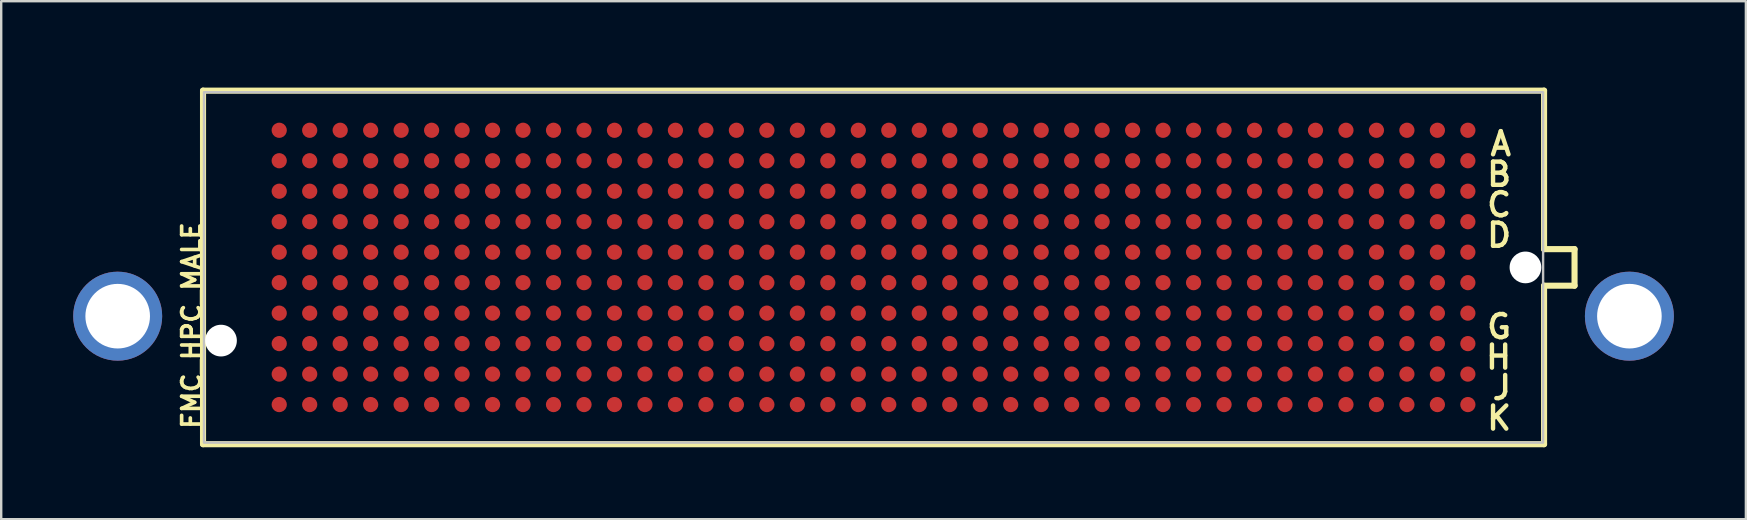
<source format=kicad_pcb>
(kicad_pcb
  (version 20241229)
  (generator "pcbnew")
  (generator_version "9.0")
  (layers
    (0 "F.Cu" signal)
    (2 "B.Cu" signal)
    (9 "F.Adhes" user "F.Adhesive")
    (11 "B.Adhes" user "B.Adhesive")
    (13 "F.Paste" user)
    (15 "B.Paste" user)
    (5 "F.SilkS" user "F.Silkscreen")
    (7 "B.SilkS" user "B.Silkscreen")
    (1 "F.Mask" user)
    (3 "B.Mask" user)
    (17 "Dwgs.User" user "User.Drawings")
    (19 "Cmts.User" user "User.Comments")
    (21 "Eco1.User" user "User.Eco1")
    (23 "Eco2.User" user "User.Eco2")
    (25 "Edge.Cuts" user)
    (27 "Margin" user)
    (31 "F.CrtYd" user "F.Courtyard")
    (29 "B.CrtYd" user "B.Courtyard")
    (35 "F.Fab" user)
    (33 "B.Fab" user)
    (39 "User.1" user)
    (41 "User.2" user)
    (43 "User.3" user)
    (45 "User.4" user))
  (footprint "FMC_HPC_MALE"
    (layer "F.Cu")
    (at 33.35 8.093)
    (property "Reference" "FMC_HPC_MALE" (at -28.86 -1.97 90) (layer "F.SilkS") (effects (font (size 0.76 0.76) (thickness 0.152)) (justify right top)))
    (attr through_hole)
    (fp_line (start -27.94 -7.366) (end -27.94 7.366) (stroke (width 0.254) (type solid)) (layer "F.SilkS"))
    (fp_line (start 27.94 -7.366) (end -27.94 -7.366) (stroke (width 0.254) (type solid)) (layer "F.SilkS"))
    (fp_line (start 27.94 -7.366) (end 27.94 -0.762) (stroke (width 0.254) (type solid)) (layer "F.SilkS"))
    (fp_line (start 27.94 0.762) (end 27.94 7.366) (stroke (width 0.254) (type solid)) (layer "F.SilkS"))
    (fp_line (start 27.94 7.366) (end -27.94 7.366) (stroke (width 0.254) (type solid)) (layer "F.SilkS"))
    (fp_line (start 29.21 -0.762) (end 27.94 -0.762) (stroke (width 0.254) (type solid)) (layer "F.SilkS"))
    (fp_line (start 29.21 0.762) (end 27.94 0.762) (stroke (width 0.254) (type solid)) (layer "F.SilkS"))
    (fp_line (start 29.21 0.762) (end 29.21 -0.762) (stroke (width 0.254) (type solid)) (layer "F.SilkS"))
    (fp_circle (center -24.765 -5.715) (end -24.543 -5.715) (stroke (width 0.445) (type solid)) (fill no) (layer "F.Paste"))
    (fp_circle (center -24.765 -4.445) (end -24.543 -4.445) (stroke (width 0.445) (type solid)) (fill no) (layer "F.Paste"))
    (fp_circle (center -24.765 -3.175) (end -24.543 -3.175) (stroke (width 0.445) (type solid)) (fill no) (layer "F.Paste"))
    (fp_circle (center -24.765 -1.905) (end -24.543 -1.905) (stroke (width 0.445) (type solid)) (fill no) (layer "F.Paste"))
    (fp_circle (center -24.765 -0.635) (end -24.543 -0.635) (stroke (width 0.445) (type solid)) (fill no) (layer "F.Paste"))
    (fp_circle (center -24.765 0.635) (end -24.543 0.635) (stroke (width 0.445) (type solid)) (fill no) (layer "F.Paste"))
    (fp_circle (center -24.765 1.905) (end -24.543 1.905) (stroke (width 0.445) (type solid)) (fill no) (layer "F.Paste"))
    (fp_circle (center -24.765 3.175) (end -24.543 3.175) (stroke (width 0.445) (type solid)) (fill no) (layer "F.Paste"))
    (fp_circle (center -24.765 4.445) (end -24.543 4.445) (stroke (width 0.445) (type solid)) (fill no) (layer "F.Paste"))
    (fp_circle (center -24.765 5.715) (end -24.543 5.715) (stroke (width 0.445) (type solid)) (fill no) (layer "F.Paste"))
    (fp_circle (center -23.495 -5.715) (end -23.273 -5.715) (stroke (width 0.445) (type solid)) (fill no) (layer "F.Paste"))
    (fp_circle (center -23.495 -4.445) (end -23.273 -4.445) (stroke (width 0.445) (type solid)) (fill no) (layer "F.Paste"))
    (fp_circle (center -23.495 -3.175) (end -23.273 -3.175) (stroke (width 0.445) (type solid)) (fill no) (layer "F.Paste"))
    (fp_circle (center -23.495 -1.905) (end -23.273 -1.905) (stroke (width 0.445) (type solid)) (fill no) (layer "F.Paste"))
    (fp_circle (center -23.495 -0.635) (end -23.273 -0.635) (stroke (width 0.445) (type solid)) (fill no) (layer "F.Paste"))
    (fp_circle (center -23.495 0.635) (end -23.273 0.635) (stroke (width 0.445) (type solid)) (fill no) (layer "F.Paste"))
    (fp_circle (center -23.495 1.905) (end -23.273 1.905) (stroke (width 0.445) (type solid)) (fill no) (layer "F.Paste"))
    (fp_circle (center -23.495 3.175) (end -23.273 3.175) (stroke (width 0.445) (type solid)) (fill no) (layer "F.Paste"))
    (fp_circle (center -23.495 4.445) (end -23.273 4.445) (stroke (width 0.445) (type solid)) (fill no) (layer "F.Paste"))
    (fp_circle (center -23.495 5.715) (end -23.273 5.715) (stroke (width 0.445) (type solid)) (fill no) (layer "F.Paste"))
    (fp_circle (center -22.225 -5.715) (end -22.003 -5.715) (stroke (width 0.445) (type solid)) (fill no) (layer "F.Paste"))
    (fp_circle (center -22.225 -4.445) (end -22.003 -4.445) (stroke (width 0.445) (type solid)) (fill no) (layer "F.Paste"))
    (fp_circle (center -22.225 -3.175) (end -22.003 -3.175) (stroke (width 0.445) (type solid)) (fill no) (layer "F.Paste"))
    (fp_circle (center -22.225 -1.905) (end -22.003 -1.905) (stroke (width 0.445) (type solid)) (fill no) (layer "F.Paste"))
    (fp_circle (center -22.225 -0.635) (end -22.003 -0.635) (stroke (width 0.445) (type solid)) (fill no) (layer "F.Paste"))
    (fp_circle (center -22.225 0.635) (end -22.003 0.635) (stroke (width 0.445) (type solid)) (fill no) (layer "F.Paste"))
    (fp_circle (center -22.225 1.905) (end -22.003 1.905) (stroke (width 0.445) (type solid)) (fill no) (layer "F.Paste"))
    (fp_circle (center -22.225 3.175) (end -22.003 3.175) (stroke (width 0.445) (type solid)) (fill no) (layer "F.Paste"))
    (fp_circle (center -22.225 4.445) (end -22.003 4.445) (stroke (width 0.445) (type solid)) (fill no) (layer "F.Paste"))
    (fp_circle (center -22.225 5.715) (end -22.003 5.715) (stroke (width 0.445) (type solid)) (fill no) (layer "F.Paste"))
    (fp_circle (center -20.955 -5.715) (end -20.733 -5.715) (stroke (width 0.445) (type solid)) (fill no) (layer "F.Paste"))
    (fp_circle (center -20.955 -4.445) (end -20.733 -4.445) (stroke (width 0.445) (type solid)) (fill no) (layer "F.Paste"))
    (fp_circle (center -20.955 -3.175) (end -20.733 -3.175) (stroke (width 0.445) (type solid)) (fill no) (layer "F.Paste"))
    (fp_circle (center -20.955 -1.905) (end -20.733 -1.905) (stroke (width 0.445) (type solid)) (fill no) (layer "F.Paste"))
    (fp_circle (center -20.955 -0.635) (end -20.733 -0.635) (stroke (width 0.445) (type solid)) (fill no) (layer "F.Paste"))
    (fp_circle (center -20.955 0.635) (end -20.733 0.635) (stroke (width 0.445) (type solid)) (fill no) (layer "F.Paste"))
    (fp_circle (center -20.955 1.905) (end -20.733 1.905) (stroke (width 0.445) (type solid)) (fill no) (layer "F.Paste"))
    (fp_circle (center -20.955 3.175) (end -20.733 3.175) (stroke (width 0.445) (type solid)) (fill no) (layer "F.Paste"))
    (fp_circle (center -20.955 4.445) (end -20.733 4.445) (stroke (width 0.445) (type solid)) (fill no) (layer "F.Paste"))
    (fp_circle (center -20.955 5.715) (end -20.733 5.715) (stroke (width 0.445) (type solid)) (fill no) (layer "F.Paste"))
    (fp_circle (center -19.685 -5.715) (end -19.463 -5.715) (stroke (width 0.445) (type solid)) (fill no) (layer "F.Paste"))
    (fp_circle (center -19.685 -4.445) (end -19.463 -4.445) (stroke (width 0.445) (type solid)) (fill no) (layer "F.Paste"))
    (fp_circle (center -19.685 -3.175) (end -19.463 -3.175) (stroke (width 0.445) (type solid)) (fill no) (layer "F.Paste"))
    (fp_circle (center -19.685 -1.905) (end -19.463 -1.905) (stroke (width 0.445) (type solid)) (fill no) (layer "F.Paste"))
    (fp_circle (center -19.685 -0.635) (end -19.463 -0.635) (stroke (width 0.445) (type solid)) (fill no) (layer "F.Paste"))
    (fp_circle (center -19.685 0.635) (end -19.463 0.635) (stroke (width 0.445) (type solid)) (fill no) (layer "F.Paste"))
    (fp_circle (center -19.685 1.905) (end -19.463 1.905) (stroke (width 0.445) (type solid)) (fill no) (layer "F.Paste"))
    (fp_circle (center -19.685 3.175) (end -19.463 3.175) (stroke (width 0.445) (type solid)) (fill no) (layer "F.Paste"))
    (fp_circle (center -19.685 4.445) (end -19.463 4.445) (stroke (width 0.445) (type solid)) (fill no) (layer "F.Paste"))
    (fp_circle (center -19.685 5.715) (end -19.463 5.715) (stroke (width 0.445) (type solid)) (fill no) (layer "F.Paste"))
    (fp_circle (center -18.415 -5.715) (end -18.193 -5.715) (stroke (width 0.445) (type solid)) (fill no) (layer "F.Paste"))
    (fp_circle (center -18.415 -4.445) (end -18.193 -4.445) (stroke (width 0.445) (type solid)) (fill no) (layer "F.Paste"))
    (fp_circle (center -18.415 -3.175) (end -18.193 -3.175) (stroke (width 0.445) (type solid)) (fill no) (layer "F.Paste"))
    (fp_circle (center -18.415 -1.905) (end -18.193 -1.905) (stroke (width 0.445) (type solid)) (fill no) (layer "F.Paste"))
    (fp_circle (center -18.415 -0.635) (end -18.193 -0.635) (stroke (width 0.445) (type solid)) (fill no) (layer "F.Paste"))
    (fp_circle (center -18.415 0.635) (end -18.193 0.635) (stroke (width 0.445) (type solid)) (fill no) (layer "F.Paste"))
    (fp_circle (center -18.415 1.905) (end -18.193 1.905) (stroke (width 0.445) (type solid)) (fill no) (layer "F.Paste"))
    (fp_circle (center -18.415 3.175) (end -18.193 3.175) (stroke (width 0.445) (type solid)) (fill no) (layer "F.Paste"))
    (fp_circle (center -18.415 4.445) (end -18.193 4.445) (stroke (width 0.445) (type solid)) (fill no) (layer "F.Paste"))
    (fp_circle (center -18.415 5.715) (end -18.193 5.715) (stroke (width 0.445) (type solid)) (fill no) (layer "F.Paste"))
    (fp_circle (center -17.145 -5.715) (end -16.923 -5.715) (stroke (width 0.445) (type solid)) (fill no) (layer "F.Paste"))
    (fp_circle (center -17.145 -4.445) (end -16.923 -4.445) (stroke (width 0.445) (type solid)) (fill no) (layer "F.Paste"))
    (fp_circle (center -17.145 -3.175) (end -16.923 -3.175) (stroke (width 0.445) (type solid)) (fill no) (layer "F.Paste"))
    (fp_circle (center -17.145 -1.905) (end -16.923 -1.905) (stroke (width 0.445) (type solid)) (fill no) (layer "F.Paste"))
    (fp_circle (center -17.145 -0.635) (end -16.923 -0.635) (stroke (width 0.445) (type solid)) (fill no) (layer "F.Paste"))
    (fp_circle (center -17.145 0.635) (end -16.923 0.635) (stroke (width 0.445) (type solid)) (fill no) (layer "F.Paste"))
    (fp_circle (center -17.145 1.905) (end -16.923 1.905) (stroke (width 0.445) (type solid)) (fill no) (layer "F.Paste"))
    (fp_circle (center -17.145 3.175) (end -16.923 3.175) (stroke (width 0.445) (type solid)) (fill no) (layer "F.Paste"))
    (fp_circle (center -17.145 4.445) (end -16.923 4.445) (stroke (width 0.445) (type solid)) (fill no) (layer "F.Paste"))
    (fp_circle (center -17.145 5.715) (end -16.923 5.715) (stroke (width 0.445) (type solid)) (fill no) (layer "F.Paste"))
    (fp_circle (center -15.875 -5.715) (end -15.653 -5.715) (stroke (width 0.445) (type solid)) (fill no) (layer "F.Paste"))
    (fp_circle (center -15.875 -4.445) (end -15.653 -4.445) (stroke (width 0.445) (type solid)) (fill no) (layer "F.Paste"))
    (fp_circle (center -15.875 -3.175) (end -15.653 -3.175) (stroke (width 0.445) (type solid)) (fill no) (layer "F.Paste"))
    (fp_circle (center -15.875 -1.905) (end -15.653 -1.905) (stroke (width 0.445) (type solid)) (fill no) (layer "F.Paste"))
    (fp_circle (center -15.875 -0.635) (end -15.653 -0.635) (stroke (width 0.445) (type solid)) (fill no) (layer "F.Paste"))
    (fp_circle (center -15.875 0.635) (end -15.653 0.635) (stroke (width 0.445) (type solid)) (fill no) (layer "F.Paste"))
    (fp_circle (center -15.875 1.905) (end -15.653 1.905) (stroke (width 0.445) (type solid)) (fill no) (layer "F.Paste"))
    (fp_circle (center -15.875 3.175) (end -15.653 3.175) (stroke (width 0.445) (type solid)) (fill no) (layer "F.Paste"))
    (fp_circle (center -15.875 4.445) (end -15.653 4.445) (stroke (width 0.445) (type solid)) (fill no) (layer "F.Paste"))
    (fp_circle (center -15.875 5.715) (end -15.653 5.715) (stroke (width 0.445) (type solid)) (fill no) (layer "F.Paste"))
    (fp_circle (center -14.605 -5.715) (end -14.383 -5.715) (stroke (width 0.445) (type solid)) (fill no) (layer "F.Paste"))
    (fp_circle (center -14.605 -4.445) (end -14.383 -4.445) (stroke (width 0.445) (type solid)) (fill no) (layer "F.Paste"))
    (fp_circle (center -14.605 -3.175) (end -14.383 -3.175) (stroke (width 0.445) (type solid)) (fill no) (layer "F.Paste"))
    (fp_circle (center -14.605 -1.905) (end -14.383 -1.905) (stroke (width 0.445) (type solid)) (fill no) (layer "F.Paste"))
    (fp_circle (center -14.605 -0.635) (end -14.383 -0.635) (stroke (width 0.445) (type solid)) (fill no) (layer "F.Paste"))
    (fp_circle (center -14.605 0.635) (end -14.383 0.635) (stroke (width 0.445) (type solid)) (fill no) (layer "F.Paste"))
    (fp_circle (center -14.605 1.905) (end -14.383 1.905) (stroke (width 0.445) (type solid)) (fill no) (layer "F.Paste"))
    (fp_circle (center -14.605 3.175) (end -14.383 3.175) (stroke (width 0.445) (type solid)) (fill no) (layer "F.Paste"))
    (fp_circle (center -14.605 4.445) (end -14.383 4.445) (stroke (width 0.445) (type solid)) (fill no) (layer "F.Paste"))
    (fp_circle (center -14.605 5.715) (end -14.383 5.715) (stroke (width 0.445) (type solid)) (fill no) (layer "F.Paste"))
    (fp_circle (center -13.335 -5.715) (end -13.113 -5.715) (stroke (width 0.445) (type solid)) (fill no) (layer "F.Paste"))
    (fp_circle (center -13.335 -4.445) (end -13.113 -4.445) (stroke (width 0.445) (type solid)) (fill no) (layer "F.Paste"))
    (fp_circle (center -13.335 -3.175) (end -13.113 -3.175) (stroke (width 0.445) (type solid)) (fill no) (layer "F.Paste"))
    (fp_circle (center -13.335 -1.905) (end -13.113 -1.905) (stroke (width 0.445) (type solid)) (fill no) (layer "F.Paste"))
    (fp_circle (center -13.335 -0.635) (end -13.113 -0.635) (stroke (width 0.445) (type solid)) (fill no) (layer "F.Paste"))
    (fp_circle (center -13.335 0.635) (end -13.113 0.635) (stroke (width 0.445) (type solid)) (fill no) (layer "F.Paste"))
    (fp_circle (center -13.335 1.905) (end -13.113 1.905) (stroke (width 0.445) (type solid)) (fill no) (layer "F.Paste"))
    (fp_circle (center -13.335 3.175) (end -13.113 3.175) (stroke (width 0.445) (type solid)) (fill no) (layer "F.Paste"))
    (fp_circle (center -13.335 4.445) (end -13.113 4.445) (stroke (width 0.445) (type solid)) (fill no) (layer "F.Paste"))
    (fp_circle (center -13.335 5.715) (end -13.113 5.715) (stroke (width 0.445) (type solid)) (fill no) (layer "F.Paste"))
    (fp_circle (center -12.065 -5.715) (end -11.843 -5.715) (stroke (width 0.445) (type solid)) (fill no) (layer "F.Paste"))
    (fp_circle (center -12.065 -4.445) (end -11.843 -4.445) (stroke (width 0.445) (type solid)) (fill no) (layer "F.Paste"))
    (fp_circle (center -12.065 -3.175) (end -11.843 -3.175) (stroke (width 0.445) (type solid)) (fill no) (layer "F.Paste"))
    (fp_circle (center -12.065 -1.905) (end -11.843 -1.905) (stroke (width 0.445) (type solid)) (fill no) (layer "F.Paste"))
    (fp_circle (center -12.065 -0.635) (end -11.843 -0.635) (stroke (width 0.445) (type solid)) (fill no) (layer "F.Paste"))
    (fp_circle (center -12.065 0.635) (end -11.843 0.635) (stroke (width 0.445) (type solid)) (fill no) (layer "F.Paste"))
    (fp_circle (center -12.065 1.905) (end -11.843 1.905) (stroke (width 0.445) (type solid)) (fill no) (layer "F.Paste"))
    (fp_circle (center -12.065 3.175) (end -11.843 3.175) (stroke (width 0.445) (type solid)) (fill no) (layer "F.Paste"))
    (fp_circle (center -12.065 4.445) (end -11.843 4.445) (stroke (width 0.445) (type solid)) (fill no) (layer "F.Paste"))
    (fp_circle (center -12.065 5.715) (end -11.843 5.715) (stroke (width 0.445) (type solid)) (fill no) (layer "F.Paste"))
    (fp_circle (center -10.795 -5.715) (end -10.573 -5.715) (stroke (width 0.445) (type solid)) (fill no) (layer "F.Paste"))
    (fp_circle (center -10.795 -4.445) (end -10.573 -4.445) (stroke (width 0.445) (type solid)) (fill no) (layer "F.Paste"))
    (fp_circle (center -10.795 -3.175) (end -10.573 -3.175) (stroke (width 0.445) (type solid)) (fill no) (layer "F.Paste"))
    (fp_circle (center -10.795 -1.905) (end -10.573 -1.905) (stroke (width 0.445) (type solid)) (fill no) (layer "F.Paste"))
    (fp_circle (center -10.795 -0.635) (end -10.573 -0.635) (stroke (width 0.445) (type solid)) (fill no) (layer "F.Paste"))
    (fp_circle (center -10.795 0.635) (end -10.573 0.635) (stroke (width 0.445) (type solid)) (fill no) (layer "F.Paste"))
    (fp_circle (center -10.795 1.905) (end -10.573 1.905) (stroke (width 0.445) (type solid)) (fill no) (layer "F.Paste"))
    (fp_circle (center -10.795 3.175) (end -10.573 3.175) (stroke (width 0.445) (type solid)) (fill no) (layer "F.Paste"))
    (fp_circle (center -10.795 4.445) (end -10.573 4.445) (stroke (width 0.445) (type solid)) (fill no) (layer "F.Paste"))
    (fp_circle (center -10.795 5.715) (end -10.573 5.715) (stroke (width 0.445) (type solid)) (fill no) (layer "F.Paste"))
    (fp_circle (center -9.525 -5.715) (end -9.303 -5.715) (stroke (width 0.445) (type solid)) (fill no) (layer "F.Paste"))
    (fp_circle (center -9.525 -4.445) (end -9.303 -4.445) (stroke (width 0.445) (type solid)) (fill no) (layer "F.Paste"))
    (fp_circle (center -9.525 -3.175) (end -9.303 -3.175) (stroke (width 0.445) (type solid)) (fill no) (layer "F.Paste"))
    (fp_circle (center -9.525 -1.905) (end -9.303 -1.905) (stroke (width 0.445) (type solid)) (fill no) (layer "F.Paste"))
    (fp_circle (center -9.525 -0.635) (end -9.303 -0.635) (stroke (width 0.445) (type solid)) (fill no) (layer "F.Paste"))
    (fp_circle (center -9.525 0.635) (end -9.303 0.635) (stroke (width 0.445) (type solid)) (fill no) (layer "F.Paste"))
    (fp_circle (center -9.525 1.905) (end -9.303 1.905) (stroke (width 0.445) (type solid)) (fill no) (layer "F.Paste"))
    (fp_circle (center -9.525 3.175) (end -9.303 3.175) (stroke (width 0.445) (type solid)) (fill no) (layer "F.Paste"))
    (fp_circle (center -9.525 4.445) (end -9.303 4.445) (stroke (width 0.445) (type solid)) (fill no) (layer "F.Paste"))
    (fp_circle (center -9.525 5.715) (end -9.303 5.715) (stroke (width 0.445) (type solid)) (fill no) (layer "F.Paste"))
    (fp_circle (center -8.255 -5.715) (end -8.033 -5.715) (stroke (width 0.445) (type solid)) (fill no) (layer "F.Paste"))
    (fp_circle (center -8.255 -4.445) (end -8.033 -4.445) (stroke (width 0.445) (type solid)) (fill no) (layer "F.Paste"))
    (fp_circle (center -8.255 -3.175) (end -8.033 -3.175) (stroke (width 0.445) (type solid)) (fill no) (layer "F.Paste"))
    (fp_circle (center -8.255 -1.905) (end -8.033 -1.905) (stroke (width 0.445) (type solid)) (fill no) (layer "F.Paste"))
    (fp_circle (center -8.255 -0.635) (end -8.033 -0.635) (stroke (width 0.445) (type solid)) (fill no) (layer "F.Paste"))
    (fp_circle (center -8.255 0.635) (end -8.033 0.635) (stroke (width 0.445) (type solid)) (fill no) (layer "F.Paste"))
    (fp_circle (center -8.255 1.905) (end -8.033 1.905) (stroke (width 0.445) (type solid)) (fill no) (layer "F.Paste"))
    (fp_circle (center -8.255 3.175) (end -8.033 3.175) (stroke (width 0.445) (type solid)) (fill no) (layer "F.Paste"))
    (fp_circle (center -8.255 4.445) (end -8.033 4.445) (stroke (width 0.445) (type solid)) (fill no) (layer "F.Paste"))
    (fp_circle (center -8.255 5.715) (end -8.033 5.715) (stroke (width 0.445) (type solid)) (fill no) (layer "F.Paste"))
    (fp_circle (center -6.985 -5.715) (end -6.763 -5.715) (stroke (width 0.445) (type solid)) (fill no) (layer "F.Paste"))
    (fp_circle (center -6.985 -4.445) (end -6.763 -4.445) (stroke (width 0.445) (type solid)) (fill no) (layer "F.Paste"))
    (fp_circle (center -6.985 -3.175) (end -6.763 -3.175) (stroke (width 0.445) (type solid)) (fill no) (layer "F.Paste"))
    (fp_circle (center -6.985 -1.905) (end -6.763 -1.905) (stroke (width 0.445) (type solid)) (fill no) (layer "F.Paste"))
    (fp_circle (center -6.985 -0.635) (end -6.763 -0.635) (stroke (width 0.445) (type solid)) (fill no) (layer "F.Paste"))
    (fp_circle (center -6.985 0.635) (end -6.763 0.635) (stroke (width 0.445) (type solid)) (fill no) (layer "F.Paste"))
    (fp_circle (center -6.985 1.905) (end -6.763 1.905) (stroke (width 0.445) (type solid)) (fill no) (layer "F.Paste"))
    (fp_circle (center -6.985 3.175) (end -6.763 3.175) (stroke (width 0.445) (type solid)) (fill no) (layer "F.Paste"))
    (fp_circle (center -6.985 4.445) (end -6.763 4.445) (stroke (width 0.445) (type solid)) (fill no) (layer "F.Paste"))
    (fp_circle (center -6.985 5.715) (end -6.763 5.715) (stroke (width 0.445) (type solid)) (fill no) (layer "F.Paste"))
    (fp_circle (center -5.715 -5.715) (end -5.493 -5.715) (stroke (width 0.445) (type solid)) (fill no) (layer "F.Paste"))
    (fp_circle (center -5.715 -4.445) (end -5.493 -4.445) (stroke (width 0.445) (type solid)) (fill no) (layer "F.Paste"))
    (fp_circle (center -5.715 -3.175) (end -5.493 -3.175) (stroke (width 0.445) (type solid)) (fill no) (layer "F.Paste"))
    (fp_circle (center -5.715 -1.905) (end -5.493 -1.905) (stroke (width 0.445) (type solid)) (fill no) (layer "F.Paste"))
    (fp_circle (center -5.715 -0.635) (end -5.493 -0.635) (stroke (width 0.445) (type solid)) (fill no) (layer "F.Paste"))
    (fp_circle (center -5.715 0.635) (end -5.493 0.635) (stroke (width 0.445) (type solid)) (fill no) (layer "F.Paste"))
    (fp_circle (center -5.715 1.905) (end -5.493 1.905) (stroke (width 0.445) (type solid)) (fill no) (layer "F.Paste"))
    (fp_circle (center -5.715 3.175) (end -5.493 3.175) (stroke (width 0.445) (type solid)) (fill no) (layer "F.Paste"))
    (fp_circle (center -5.715 4.445) (end -5.493 4.445) (stroke (width 0.445) (type solid)) (fill no) (layer "F.Paste"))
    (fp_circle (center -5.715 5.715) (end -5.493 5.715) (stroke (width 0.445) (type solid)) (fill no) (layer "F.Paste"))
    (fp_circle (center -4.445 -5.715) (end -4.223 -5.715) (stroke (width 0.445) (type solid)) (fill no) (layer "F.Paste"))
    (fp_circle (center -4.445 -4.445) (end -4.223 -4.445) (stroke (width 0.445) (type solid)) (fill no) (layer "F.Paste"))
    (fp_circle (center -4.445 -3.175) (end -4.223 -3.175) (stroke (width 0.445) (type solid)) (fill no) (layer "F.Paste"))
    (fp_circle (center -4.445 -1.905) (end -4.223 -1.905) (stroke (width 0.445) (type solid)) (fill no) (layer "F.Paste"))
    (fp_circle (center -4.445 -0.635) (end -4.223 -0.635) (stroke (width 0.445) (type solid)) (fill no) (layer "F.Paste"))
    (fp_circle (center -4.445 0.635) (end -4.223 0.635) (stroke (width 0.445) (type solid)) (fill no) (layer "F.Paste"))
    (fp_circle (center -4.445 1.905) (end -4.223 1.905) (stroke (width 0.445) (type solid)) (fill no) (layer "F.Paste"))
    (fp_circle (center -4.445 3.175) (end -4.223 3.175) (stroke (width 0.445) (type solid)) (fill no) (layer "F.Paste"))
    (fp_circle (center -4.445 4.445) (end -4.223 4.445) (stroke (width 0.445) (type solid)) (fill no) (layer "F.Paste"))
    (fp_circle (center -4.445 5.715) (end -4.223 5.715) (stroke (width 0.445) (type solid)) (fill no) (layer "F.Paste"))
    (fp_circle (center -3.175 -5.715) (end -2.953 -5.715) (stroke (width 0.445) (type solid)) (fill no) (layer "F.Paste"))
    (fp_circle (center -3.175 -4.445) (end -2.953 -4.445) (stroke (width 0.445) (type solid)) (fill no) (layer "F.Paste"))
    (fp_circle (center -3.175 -3.175) (end -2.953 -3.175) (stroke (width 0.445) (type solid)) (fill no) (layer "F.Paste"))
    (fp_circle (center -3.175 -1.905) (end -2.953 -1.905) (stroke (width 0.445) (type solid)) (fill no) (layer "F.Paste"))
    (fp_circle (center -3.175 -0.635) (end -2.953 -0.635) (stroke (width 0.445) (type solid)) (fill no) (layer "F.Paste"))
    (fp_circle (center -3.175 0.635) (end -2.953 0.635) (stroke (width 0.445) (type solid)) (fill no) (layer "F.Paste"))
    (fp_circle (center -3.175 1.905) (end -2.953 1.905) (stroke (width 0.445) (type solid)) (fill no) (layer "F.Paste"))
    (fp_circle (center -3.175 3.175) (end -2.953 3.175) (stroke (width 0.445) (type solid)) (fill no) (layer "F.Paste"))
    (fp_circle (center -3.175 4.445) (end -2.953 4.445) (stroke (width 0.445) (type solid)) (fill no) (layer "F.Paste"))
    (fp_circle (center -3.175 5.715) (end -2.953 5.715) (stroke (width 0.445) (type solid)) (fill no) (layer "F.Paste"))
    (fp_circle (center -1.905 -5.715) (end -1.683 -5.715) (stroke (width 0.445) (type solid)) (fill no) (layer "F.Paste"))
    (fp_circle (center -1.905 -4.445) (end -1.683 -4.445) (stroke (width 0.445) (type solid)) (fill no) (layer "F.Paste"))
    (fp_circle (center -1.905 -3.175) (end -1.683 -3.175) (stroke (width 0.445) (type solid)) (fill no) (layer "F.Paste"))
    (fp_circle (center -1.905 -1.905) (end -1.683 -1.905) (stroke (width 0.445) (type solid)) (fill no) (layer "F.Paste"))
    (fp_circle (center -1.905 -0.635) (end -1.683 -0.635) (stroke (width 0.445) (type solid)) (fill no) (layer "F.Paste"))
    (fp_circle (center -1.905 0.635) (end -1.683 0.635) (stroke (width 0.445) (type solid)) (fill no) (layer "F.Paste"))
    (fp_circle (center -1.905 1.905) (end -1.683 1.905) (stroke (width 0.445) (type solid)) (fill no) (layer "F.Paste"))
    (fp_circle (center -1.905 3.175) (end -1.683 3.175) (stroke (width 0.445) (type solid)) (fill no) (layer "F.Paste"))
    (fp_circle (center -1.905 4.445) (end -1.683 4.445) (stroke (width 0.445) (type solid)) (fill no) (layer "F.Paste"))
    (fp_circle (center -1.905 5.715) (end -1.683 5.715) (stroke (width 0.445) (type solid)) (fill no) (layer "F.Paste"))
    (fp_circle (center -0.635 -5.715) (end -0.413 -5.715) (stroke (width 0.445) (type solid)) (fill no) (layer "F.Paste"))
    (fp_circle (center -0.635 -4.445) (end -0.413 -4.445) (stroke (width 0.445) (type solid)) (fill no) (layer "F.Paste"))
    (fp_circle (center -0.635 -3.175) (end -0.413 -3.175) (stroke (width 0.445) (type solid)) (fill no) (layer "F.Paste"))
    (fp_circle (center -0.635 -1.905) (end -0.413 -1.905) (stroke (width 0.445) (type solid)) (fill no) (layer "F.Paste"))
    (fp_circle (center -0.635 -0.635) (end -0.413 -0.635) (stroke (width 0.445) (type solid)) (fill no) (layer "F.Paste"))
    (fp_circle (center -0.635 0.635) (end -0.413 0.635) (stroke (width 0.445) (type solid)) (fill no) (layer "F.Paste"))
    (fp_circle (center -0.635 1.905) (end -0.413 1.905) (stroke (width 0.445) (type solid)) (fill no) (layer "F.Paste"))
    (fp_circle (center -0.635 3.175) (end -0.413 3.175) (stroke (width 0.445) (type solid)) (fill no) (layer "F.Paste"))
    (fp_circle (center -0.635 4.445) (end -0.413 4.445) (stroke (width 0.445) (type solid)) (fill no) (layer "F.Paste"))
    (fp_circle (center -0.635 5.715) (end -0.413 5.715) (stroke (width 0.445) (type solid)) (fill no) (layer "F.Paste"))
    (fp_circle (center 0.635 -5.715) (end 0.857 -5.715) (stroke (width 0.445) (type solid)) (fill no) (layer "F.Paste"))
    (fp_circle (center 0.635 -4.445) (end 0.857 -4.445) (stroke (width 0.445) (type solid)) (fill no) (layer "F.Paste"))
    (fp_circle (center 0.635 -3.175) (end 0.857 -3.175) (stroke (width 0.445) (type solid)) (fill no) (layer "F.Paste"))
    (fp_circle (center 0.635 -1.905) (end 0.857 -1.905) (stroke (width 0.445) (type solid)) (fill no) (layer "F.Paste"))
    (fp_circle (center 0.635 -0.635) (end 0.857 -0.635) (stroke (width 0.445) (type solid)) (fill no) (layer "F.Paste"))
    (fp_circle (center 0.635 0.635) (end 0.857 0.635) (stroke (width 0.445) (type solid)) (fill no) (layer "F.Paste"))
    (fp_circle (center 0.635 1.905) (end 0.857 1.905) (stroke (width 0.445) (type solid)) (fill no) (layer "F.Paste"))
    (fp_circle (center 0.635 3.175) (end 0.857 3.175) (stroke (width 0.445) (type solid)) (fill no) (layer "F.Paste"))
    (fp_circle (center 0.635 4.445) (end 0.857 4.445) (stroke (width 0.445) (type solid)) (fill no) (layer "F.Paste"))
    (fp_circle (center 0.635 5.715) (end 0.857 5.715) (stroke (width 0.445) (type solid)) (fill no) (layer "F.Paste"))
    (fp_circle (center 1.905 -5.715) (end 2.127 -5.715) (stroke (width 0.445) (type solid)) (fill no) (layer "F.Paste"))
    (fp_circle (center 1.905 -4.445) (end 2.127 -4.445) (stroke (width 0.445) (type solid)) (fill no) (layer "F.Paste"))
    (fp_circle (center 1.905 -3.175) (end 2.127 -3.175) (stroke (width 0.445) (type solid)) (fill no) (layer "F.Paste"))
    (fp_circle (center 1.905 -1.905) (end 2.127 -1.905) (stroke (width 0.445) (type solid)) (fill no) (layer "F.Paste"))
    (fp_circle (center 1.905 -0.635) (end 2.127 -0.635) (stroke (width 0.445) (type solid)) (fill no) (layer "F.Paste"))
    (fp_circle (center 1.905 0.635) (end 2.127 0.635) (stroke (width 0.445) (type solid)) (fill no) (layer "F.Paste"))
    (fp_circle (center 1.905 1.905) (end 2.127 1.905) (stroke (width 0.445) (type solid)) (fill no) (layer "F.Paste"))
    (fp_circle (center 1.905 3.175) (end 2.127 3.175) (stroke (width 0.445) (type solid)) (fill no) (layer "F.Paste"))
    (fp_circle (center 1.905 4.445) (end 2.127 4.445) (stroke (width 0.445) (type solid)) (fill no) (layer "F.Paste"))
    (fp_circle (center 1.905 5.715) (end 2.127 5.715) (stroke (width 0.445) (type solid)) (fill no) (layer "F.Paste"))
    (fp_circle (center 3.175 -5.715) (end 3.397 -5.715) (stroke (width 0.445) (type solid)) (fill no) (layer "F.Paste"))
    (fp_circle (center 3.175 -4.445) (end 3.397 -4.445) (stroke (width 0.445) (type solid)) (fill no) (layer "F.Paste"))
    (fp_circle (center 3.175 -3.175) (end 3.397 -3.175) (stroke (width 0.445) (type solid)) (fill no) (layer "F.Paste"))
    (fp_circle (center 3.175 -1.905) (end 3.397 -1.905) (stroke (width 0.445) (type solid)) (fill no) (layer "F.Paste"))
    (fp_circle (center 3.175 -0.635) (end 3.397 -0.635) (stroke (width 0.445) (type solid)) (fill no) (layer "F.Paste"))
    (fp_circle (center 3.175 0.635) (end 3.397 0.635) (stroke (width 0.445) (type solid)) (fill no) (layer "F.Paste"))
    (fp_circle (center 3.175 1.905) (end 3.397 1.905) (stroke (width 0.445) (type solid)) (fill no) (layer "F.Paste"))
    (fp_circle (center 3.175 3.175) (end 3.397 3.175) (stroke (width 0.445) (type solid)) (fill no) (layer "F.Paste"))
    (fp_circle (center 3.175 4.445) (end 3.397 4.445) (stroke (width 0.445) (type solid)) (fill no) (layer "F.Paste"))
    (fp_circle (center 3.175 5.715) (end 3.397 5.715) (stroke (width 0.445) (type solid)) (fill no) (layer "F.Paste"))
    (fp_circle (center 4.445 -5.715) (end 4.667 -5.715) (stroke (width 0.445) (type solid)) (fill no) (layer "F.Paste"))
    (fp_circle (center 4.445 -4.445) (end 4.667 -4.445) (stroke (width 0.445) (type solid)) (fill no) (layer "F.Paste"))
    (fp_circle (center 4.445 -3.175) (end 4.667 -3.175) (stroke (width 0.445) (type solid)) (fill no) (layer "F.Paste"))
    (fp_circle (center 4.445 -1.905) (end 4.667 -1.905) (stroke (width 0.445) (type solid)) (fill no) (layer "F.Paste"))
    (fp_circle (center 4.445 -0.635) (end 4.667 -0.635) (stroke (width 0.445) (type solid)) (fill no) (layer "F.Paste"))
    (fp_circle (center 4.445 0.635) (end 4.667 0.635) (stroke (width 0.445) (type solid)) (fill no) (layer "F.Paste"))
    (fp_circle (center 4.445 1.905) (end 4.667 1.905) (stroke (width 0.445) (type solid)) (fill no) (layer "F.Paste"))
    (fp_circle (center 4.445 3.175) (end 4.667 3.175) (stroke (width 0.445) (type solid)) (fill no) (layer "F.Paste"))
    (fp_circle (center 4.445 4.445) (end 4.667 4.445) (stroke (width 0.445) (type solid)) (fill no) (layer "F.Paste"))
    (fp_circle (center 4.445 5.715) (end 4.667 5.715) (stroke (width 0.445) (type solid)) (fill no) (layer "F.Paste"))
    (fp_circle (center 5.715 -5.715) (end 5.937 -5.715) (stroke (width 0.445) (type solid)) (fill no) (layer "F.Paste"))
    (fp_circle (center 5.715 -4.445) (end 5.937 -4.445) (stroke (width 0.445) (type solid)) (fill no) (layer "F.Paste"))
    (fp_circle (center 5.715 -3.175) (end 5.937 -3.175) (stroke (width 0.445) (type solid)) (fill no) (layer "F.Paste"))
    (fp_circle (center 5.715 -1.905) (end 5.937 -1.905) (stroke (width 0.445) (type solid)) (fill no) (layer "F.Paste"))
    (fp_circle (center 5.715 -0.635) (end 5.937 -0.635) (stroke (width 0.445) (type solid)) (fill no) (layer "F.Paste"))
    (fp_circle (center 5.715 0.635) (end 5.937 0.635) (stroke (width 0.445) (type solid)) (fill no) (layer "F.Paste"))
    (fp_circle (center 5.715 1.905) (end 5.937 1.905) (stroke (width 0.445) (type solid)) (fill no) (layer "F.Paste"))
    (fp_circle (center 5.715 3.175) (end 5.937 3.175) (stroke (width 0.445) (type solid)) (fill no) (layer "F.Paste"))
    (fp_circle (center 5.715 4.445) (end 5.937 4.445) (stroke (width 0.445) (type solid)) (fill no) (layer "F.Paste"))
    (fp_circle (center 5.715 5.715) (end 5.937 5.715) (stroke (width 0.445) (type solid)) (fill no) (layer "F.Paste"))
    (fp_circle (center 6.985 -5.715) (end 7.207 -5.715) (stroke (width 0.445) (type solid)) (fill no) (layer "F.Paste"))
    (fp_circle (center 6.985 -4.445) (end 7.207 -4.445) (stroke (width 0.445) (type solid)) (fill no) (layer "F.Paste"))
    (fp_circle (center 6.985 -3.175) (end 7.207 -3.175) (stroke (width 0.445) (type solid)) (fill no) (layer "F.Paste"))
    (fp_circle (center 6.985 -1.905) (end 7.207 -1.905) (stroke (width 0.445) (type solid)) (fill no) (layer "F.Paste"))
    (fp_circle (center 6.985 -0.635) (end 7.207 -0.635) (stroke (width 0.445) (type solid)) (fill no) (layer "F.Paste"))
    (fp_circle (center 6.985 0.635) (end 7.207 0.635) (stroke (width 0.445) (type solid)) (fill no) (layer "F.Paste"))
    (fp_circle (center 6.985 1.905) (end 7.207 1.905) (stroke (width 0.445) (type solid)) (fill no) (layer "F.Paste"))
    (fp_circle (center 6.985 3.175) (end 7.207 3.175) (stroke (width 0.445) (type solid)) (fill no) (layer "F.Paste"))
    (fp_circle (center 6.985 4.445) (end 7.207 4.445) (stroke (width 0.445) (type solid)) (fill no) (layer "F.Paste"))
    (fp_circle (center 6.985 5.715) (end 7.207 5.715) (stroke (width 0.445) (type solid)) (fill no) (layer "F.Paste"))
    (fp_circle (center 8.255 -5.715) (end 8.477 -5.715) (stroke (width 0.445) (type solid)) (fill no) (layer "F.Paste"))
    (fp_circle (center 8.255 -4.445) (end 8.477 -4.445) (stroke (width 0.445) (type solid)) (fill no) (layer "F.Paste"))
    (fp_circle (center 8.255 -3.175) (end 8.477 -3.175) (stroke (width 0.445) (type solid)) (fill no) (layer "F.Paste"))
    (fp_circle (center 8.255 -1.905) (end 8.477 -1.905) (stroke (width 0.445) (type solid)) (fill no) (layer "F.Paste"))
    (fp_circle (center 8.255 -0.635) (end 8.477 -0.635) (stroke (width 0.445) (type solid)) (fill no) (layer "F.Paste"))
    (fp_circle (center 8.255 0.635) (end 8.477 0.635) (stroke (width 0.445) (type solid)) (fill no) (layer "F.Paste"))
    (fp_circle (center 8.255 1.905) (end 8.477 1.905) (stroke (width 0.445) (type solid)) (fill no) (layer "F.Paste"))
    (fp_circle (center 8.255 3.175) (end 8.477 3.175) (stroke (width 0.445) (type solid)) (fill no) (layer "F.Paste"))
    (fp_circle (center 8.255 4.445) (end 8.477 4.445) (stroke (width 0.445) (type solid)) (fill no) (layer "F.Paste"))
    (fp_circle (center 8.255 5.715) (end 8.477 5.715) (stroke (width 0.445) (type solid)) (fill no) (layer "F.Paste"))
    (fp_circle (center 9.525 -5.715) (end 9.747 -5.715) (stroke (width 0.445) (type solid)) (fill no) (layer "F.Paste"))
    (fp_circle (center 9.525 -4.445) (end 9.747 -4.445) (stroke (width 0.445) (type solid)) (fill no) (layer "F.Paste"))
    (fp_circle (center 9.525 -3.175) (end 9.747 -3.175) (stroke (width 0.445) (type solid)) (fill no) (layer "F.Paste"))
    (fp_circle (center 9.525 -1.905) (end 9.747 -1.905) (stroke (width 0.445) (type solid)) (fill no) (layer "F.Paste"))
    (fp_circle (center 9.525 -0.635) (end 9.747 -0.635) (stroke (width 0.445) (type solid)) (fill no) (layer "F.Paste"))
    (fp_circle (center 9.525 0.635) (end 9.747 0.635) (stroke (width 0.445) (type solid)) (fill no) (layer "F.Paste"))
    (fp_circle (center 9.525 1.905) (end 9.747 1.905) (stroke (width 0.445) (type solid)) (fill no) (layer "F.Paste"))
    (fp_circle (center 9.525 3.175) (end 9.747 3.175) (stroke (width 0.445) (type solid)) (fill no) (layer "F.Paste"))
    (fp_circle (center 9.525 4.445) (end 9.747 4.445) (stroke (width 0.445) (type solid)) (fill no) (layer "F.Paste"))
    (fp_circle (center 9.525 5.715) (end 9.747 5.715) (stroke (width 0.445) (type solid)) (fill no) (layer "F.Paste"))
    (fp_circle (center 10.795 -5.715) (end 11.017 -5.715) (stroke (width 0.445) (type solid)) (fill no) (layer "F.Paste"))
    (fp_circle (center 10.795 -4.445) (end 11.017 -4.445) (stroke (width 0.445) (type solid)) (fill no) (layer "F.Paste"))
    (fp_circle (center 10.795 -3.175) (end 11.017 -3.175) (stroke (width 0.445) (type solid)) (fill no) (layer "F.Paste"))
    (fp_circle (center 10.795 -1.905) (end 11.017 -1.905) (stroke (width 0.445) (type solid)) (fill no) (layer "F.Paste"))
    (fp_circle (center 10.795 -0.635) (end 11.017 -0.635) (stroke (width 0.445) (type solid)) (fill no) (layer "F.Paste"))
    (fp_circle (center 10.795 0.635) (end 11.017 0.635) (stroke (width 0.445) (type solid)) (fill no) (layer "F.Paste"))
    (fp_circle (center 10.795 1.905) (end 11.017 1.905) (stroke (width 0.445) (type solid)) (fill no) (layer "F.Paste"))
    (fp_circle (center 10.795 3.175) (end 11.017 3.175) (stroke (width 0.445) (type solid)) (fill no) (layer "F.Paste"))
    (fp_circle (center 10.795 4.445) (end 11.017 4.445) (stroke (width 0.445) (type solid)) (fill no) (layer "F.Paste"))
    (fp_circle (center 10.795 5.715) (end 11.017 5.715) (stroke (width 0.445) (type solid)) (fill no) (layer "F.Paste"))
    (fp_circle (center 12.065 -5.715) (end 12.287 -5.715) (stroke (width 0.445) (type solid)) (fill no) (layer "F.Paste"))
    (fp_circle (center 12.065 -4.445) (end 12.287 -4.445) (stroke (width 0.445) (type solid)) (fill no) (layer "F.Paste"))
    (fp_circle (center 12.065 -3.175) (end 12.287 -3.175) (stroke (width 0.445) (type solid)) (fill no) (layer "F.Paste"))
    (fp_circle (center 12.065 -1.905) (end 12.287 -1.905) (stroke (width 0.445) (type solid)) (fill no) (layer "F.Paste"))
    (fp_circle (center 12.065 -0.635) (end 12.287 -0.635) (stroke (width 0.445) (type solid)) (fill no) (layer "F.Paste"))
    (fp_circle (center 12.065 0.635) (end 12.287 0.635) (stroke (width 0.445) (type solid)) (fill no) (layer "F.Paste"))
    (fp_circle (center 12.065 1.905) (end 12.287 1.905) (stroke (width 0.445) (type solid)) (fill no) (layer "F.Paste"))
    (fp_circle (center 12.065 3.175) (end 12.287 3.175) (stroke (width 0.445) (type solid)) (fill no) (layer "F.Paste"))
    (fp_circle (center 12.065 4.445) (end 12.287 4.445) (stroke (width 0.445) (type solid)) (fill no) (layer "F.Paste"))
    (fp_circle (center 12.065 5.715) (end 12.287 5.715) (stroke (width 0.445) (type solid)) (fill no) (layer "F.Paste"))
    (fp_circle (center 13.335 -5.715) (end 13.557 -5.715) (stroke (width 0.445) (type solid)) (fill no) (layer "F.Paste"))
    (fp_circle (center 13.335 -4.445) (end 13.557 -4.445) (stroke (width 0.445) (type solid)) (fill no) (layer "F.Paste"))
    (fp_circle (center 13.335 -3.175) (end 13.557 -3.175) (stroke (width 0.445) (type solid)) (fill no) (layer "F.Paste"))
    (fp_circle (center 13.335 -1.905) (end 13.557 -1.905) (stroke (width 0.445) (type solid)) (fill no) (layer "F.Paste"))
    (fp_circle (center 13.335 -0.635) (end 13.557 -0.635) (stroke (width 0.445) (type solid)) (fill no) (layer "F.Paste"))
    (fp_circle (center 13.335 0.635) (end 13.557 0.635) (stroke (width 0.445) (type solid)) (fill no) (layer "F.Paste"))
    (fp_circle (center 13.335 1.905) (end 13.557 1.905) (stroke (width 0.445) (type solid)) (fill no) (layer "F.Paste"))
    (fp_circle (center 13.335 3.175) (end 13.557 3.175) (stroke (width 0.445) (type solid)) (fill no) (layer "F.Paste"))
    (fp_circle (center 13.335 4.445) (end 13.557 4.445) (stroke (width 0.445) (type solid)) (fill no) (layer "F.Paste"))
    (fp_circle (center 13.335 5.715) (end 13.557 5.715) (stroke (width 0.445) (type solid)) (fill no) (layer "F.Paste"))
    (fp_circle (center 14.605 -5.715) (end 14.827 -5.715) (stroke (width 0.445) (type solid)) (fill no) (layer "F.Paste"))
    (fp_circle (center 14.605 -4.445) (end 14.827 -4.445) (stroke (width 0.445) (type solid)) (fill no) (layer "F.Paste"))
    (fp_circle (center 14.605 -3.175) (end 14.827 -3.175) (stroke (width 0.445) (type solid)) (fill no) (layer "F.Paste"))
    (fp_circle (center 14.605 -1.905) (end 14.827 -1.905) (stroke (width 0.445) (type solid)) (fill no) (layer "F.Paste"))
    (fp_circle (center 14.605 -0.635) (end 14.827 -0.635) (stroke (width 0.445) (type solid)) (fill no) (layer "F.Paste"))
    (fp_circle (center 14.605 0.635) (end 14.827 0.635) (stroke (width 0.445) (type solid)) (fill no) (layer "F.Paste"))
    (fp_circle (center 14.605 1.905) (end 14.827 1.905) (stroke (width 0.445) (type solid)) (fill no) (layer "F.Paste"))
    (fp_circle (center 14.605 3.175) (end 14.827 3.175) (stroke (width 0.445) (type solid)) (fill no) (layer "F.Paste"))
    (fp_circle (center 14.605 4.445) (end 14.827 4.445) (stroke (width 0.445) (type solid)) (fill no) (layer "F.Paste"))
    (fp_circle (center 14.605 5.715) (end 14.827 5.715) (stroke (width 0.445) (type solid)) (fill no) (layer "F.Paste"))
    (fp_circle (center 15.875 -5.715) (end 16.097 -5.715) (stroke (width 0.445) (type solid)) (fill no) (layer "F.Paste"))
    (fp_circle (center 15.875 -4.445) (end 16.097 -4.445) (stroke (width 0.445) (type solid)) (fill no) (layer "F.Paste"))
    (fp_circle (center 15.875 -3.175) (end 16.097 -3.175) (stroke (width 0.445) (type solid)) (fill no) (layer "F.Paste"))
    (fp_circle (center 15.875 -1.905) (end 16.097 -1.905) (stroke (width 0.445) (type solid)) (fill no) (layer "F.Paste"))
    (fp_circle (center 15.875 -0.635) (end 16.097 -0.635) (stroke (width 0.445) (type solid)) (fill no) (layer "F.Paste"))
    (fp_circle (center 15.875 0.635) (end 16.097 0.635) (stroke (width 0.445) (type solid)) (fill no) (layer "F.Paste"))
    (fp_circle (center 15.875 1.905) (end 16.097 1.905) (stroke (width 0.445) (type solid)) (fill no) (layer "F.Paste"))
    (fp_circle (center 15.875 3.175) (end 16.097 3.175) (stroke (width 0.445) (type solid)) (fill no) (layer "F.Paste"))
    (fp_circle (center 15.875 4.445) (end 16.097 4.445) (stroke (width 0.445) (type solid)) (fill no) (layer "F.Paste"))
    (fp_circle (center 15.875 5.715) (end 16.097 5.715) (stroke (width 0.445) (type solid)) (fill no) (layer "F.Paste"))
    (fp_circle (center 17.145 -5.715) (end 17.367 -5.715) (stroke (width 0.445) (type solid)) (fill no) (layer "F.Paste"))
    (fp_circle (center 17.145 -4.445) (end 17.367 -4.445) (stroke (width 0.445) (type solid)) (fill no) (layer "F.Paste"))
    (fp_circle (center 17.145 -3.175) (end 17.367 -3.175) (stroke (width 0.445) (type solid)) (fill no) (layer "F.Paste"))
    (fp_circle (center 17.145 -1.905) (end 17.367 -1.905) (stroke (width 0.445) (type solid)) (fill no) (layer "F.Paste"))
    (fp_circle (center 17.145 -0.635) (end 17.367 -0.635) (stroke (width 0.445) (type solid)) (fill no) (layer "F.Paste"))
    (fp_circle (center 17.145 0.635) (end 17.367 0.635) (stroke (width 0.445) (type solid)) (fill no) (layer "F.Paste"))
    (fp_circle (center 17.145 1.905) (end 17.367 1.905) (stroke (width 0.445) (type solid)) (fill no) (layer "F.Paste"))
    (fp_circle (center 17.145 3.175) (end 17.367 3.175) (stroke (width 0.445) (type solid)) (fill no) (layer "F.Paste"))
    (fp_circle (center 17.145 4.445) (end 17.367 4.445) (stroke (width 0.445) (type solid)) (fill no) (layer "F.Paste"))
    (fp_circle (center 17.145 5.715) (end 17.367 5.715) (stroke (width 0.445) (type solid)) (fill no) (layer "F.Paste"))
    (fp_circle (center 18.415 -5.715) (end 18.637 -5.715) (stroke (width 0.445) (type solid)) (fill no) (layer "F.Paste"))
    (fp_circle (center 18.415 -4.445) (end 18.637 -4.445) (stroke (width 0.445) (type solid)) (fill no) (layer "F.Paste"))
    (fp_circle (center 18.415 -3.175) (end 18.637 -3.175) (stroke (width 0.445) (type solid)) (fill no) (layer "F.Paste"))
    (fp_circle (center 18.415 -1.905) (end 18.637 -1.905) (stroke (width 0.445) (type solid)) (fill no) (layer "F.Paste"))
    (fp_circle (center 18.415 -0.635) (end 18.637 -0.635) (stroke (width 0.445) (type solid)) (fill no) (layer "F.Paste"))
    (fp_circle (center 18.415 0.635) (end 18.637 0.635) (stroke (width 0.445) (type solid)) (fill no) (layer "F.Paste"))
    (fp_circle (center 18.415 1.905) (end 18.637 1.905) (stroke (width 0.445) (type solid)) (fill no) (layer "F.Paste"))
    (fp_circle (center 18.415 3.175) (end 18.637 3.175) (stroke (width 0.445) (type solid)) (fill no) (layer "F.Paste"))
    (fp_circle (center 18.415 4.445) (end 18.637 4.445) (stroke (width 0.445) (type solid)) (fill no) (layer "F.Paste"))
    (fp_circle (center 18.415 5.715) (end 18.637 5.715) (stroke (width 0.445) (type solid)) (fill no) (layer "F.Paste"))
    (fp_circle (center 19.685 -5.715) (end 19.907 -5.715) (stroke (width 0.445) (type solid)) (fill no) (layer "F.Paste"))
    (fp_circle (center 19.685 -4.445) (end 19.907 -4.445) (stroke (width 0.445) (type solid)) (fill no) (layer "F.Paste"))
    (fp_circle (center 19.685 -3.175) (end 19.907 -3.175) (stroke (width 0.445) (type solid)) (fill no) (layer "F.Paste"))
    (fp_circle (center 19.685 -1.905) (end 19.907 -1.905) (stroke (width 0.445) (type solid)) (fill no) (layer "F.Paste"))
    (fp_circle (center 19.685 -0.635) (end 19.907 -0.635) (stroke (width 0.445) (type solid)) (fill no) (layer "F.Paste"))
    (fp_circle (center 19.685 0.635) (end 19.907 0.635) (stroke (width 0.445) (type solid)) (fill no) (layer "F.Paste"))
    (fp_circle (center 19.685 1.905) (end 19.907 1.905) (stroke (width 0.445) (type solid)) (fill no) (layer "F.Paste"))
    (fp_circle (center 19.685 3.175) (end 19.907 3.175) (stroke (width 0.445) (type solid)) (fill no) (layer "F.Paste"))
    (fp_circle (center 19.685 4.445) (end 19.907 4.445) (stroke (width 0.445) (type solid)) (fill no) (layer "F.Paste"))
    (fp_circle (center 19.685 5.715) (end 19.907 5.715) (stroke (width 0.445) (type solid)) (fill no) (layer "F.Paste"))
    (fp_circle (center 20.955 -5.715) (end 21.177 -5.715) (stroke (width 0.445) (type solid)) (fill no) (layer "F.Paste"))
    (fp_circle (center 20.955 -4.445) (end 21.177 -4.445) (stroke (width 0.445) (type solid)) (fill no) (layer "F.Paste"))
    (fp_circle (center 20.955 -3.175) (end 21.177 -3.175) (stroke (width 0.445) (type solid)) (fill no) (layer "F.Paste"))
    (fp_circle (center 20.955 -1.905) (end 21.177 -1.905) (stroke (width 0.445) (type solid)) (fill no) (layer "F.Paste"))
    (fp_circle (center 20.955 -0.635) (end 21.177 -0.635) (stroke (width 0.445) (type solid)) (fill no) (layer "F.Paste"))
    (fp_circle (center 20.955 0.635) (end 21.177 0.635) (stroke (width 0.445) (type solid)) (fill no) (layer "F.Paste"))
    (fp_circle (center 20.955 1.905) (end 21.177 1.905) (stroke (width 0.445) (type solid)) (fill no) (layer "F.Paste"))
    (fp_circle (center 20.955 3.175) (end 21.177 3.175) (stroke (width 0.445) (type solid)) (fill no) (layer "F.Paste"))
    (fp_circle (center 20.955 4.445) (end 21.177 4.445) (stroke (width 0.445) (type solid)) (fill no) (layer "F.Paste"))
    (fp_circle (center 20.955 5.715) (end 21.177 5.715) (stroke (width 0.445) (type solid)) (fill no) (layer "F.Paste"))
    (fp_circle (center 22.225 -5.715) (end 22.447 -5.715) (stroke (width 0.445) (type solid)) (fill no) (layer "F.Paste"))
    (fp_circle (center 22.225 -4.445) (end 22.447 -4.445) (stroke (width 0.445) (type solid)) (fill no) (layer "F.Paste"))
    (fp_circle (center 22.225 -3.175) (end 22.447 -3.175) (stroke (width 0.445) (type solid)) (fill no) (layer "F.Paste"))
    (fp_circle (center 22.225 -1.905) (end 22.447 -1.905) (stroke (width 0.445) (type solid)) (fill no) (layer "F.Paste"))
    (fp_circle (center 22.225 -0.635) (end 22.447 -0.635) (stroke (width 0.445) (type solid)) (fill no) (layer "F.Paste"))
    (fp_circle (center 22.225 0.635) (end 22.447 0.635) (stroke (width 0.445) (type solid)) (fill no) (layer "F.Paste"))
    (fp_circle (center 22.225 1.905) (end 22.447 1.905) (stroke (width 0.445) (type solid)) (fill no) (layer "F.Paste"))
    (fp_circle (center 22.225 3.175) (end 22.447 3.175) (stroke (width 0.445) (type solid)) (fill no) (layer "F.Paste"))
    (fp_circle (center 22.225 4.445) (end 22.447 4.445) (stroke (width 0.445) (type solid)) (fill no) (layer "F.Paste"))
    (fp_circle (center 22.225 5.715) (end 22.447 5.715) (stroke (width 0.445) (type solid)) (fill no) (layer "F.Paste"))
    (fp_circle (center 23.495 -5.715) (end 23.717 -5.715) (stroke (width 0.445) (type solid)) (fill no) (layer "F.Paste"))
    (fp_circle (center 23.495 -4.445) (end 23.717 -4.445) (stroke (width 0.445) (type solid)) (fill no) (layer "F.Paste"))
    (fp_circle (center 23.495 -3.175) (end 23.717 -3.175) (stroke (width 0.445) (type solid)) (fill no) (layer "F.Paste"))
    (fp_circle (center 23.495 -1.905) (end 23.717 -1.905) (stroke (width 0.445) (type solid)) (fill no) (layer "F.Paste"))
    (fp_circle (center 23.495 -0.635) (end 23.717 -0.635) (stroke (width 0.445) (type solid)) (fill no) (layer "F.Paste"))
    (fp_circle (center 23.495 0.635) (end 23.717 0.635) (stroke (width 0.445) (type solid)) (fill no) (layer "F.Paste"))
    (fp_circle (center 23.495 1.905) (end 23.717 1.905) (stroke (width 0.445) (type solid)) (fill no) (layer "F.Paste"))
    (fp_circle (center 23.495 3.175) (end 23.717 3.175) (stroke (width 0.445) (type solid)) (fill no) (layer "F.Paste"))
    (fp_circle (center 23.495 4.445) (end 23.717 4.445) (stroke (width 0.445) (type solid)) (fill no) (layer "F.Paste"))
    (fp_circle (center 23.495 5.715) (end 23.717 5.715) (stroke (width 0.445) (type solid)) (fill no) (layer "F.Paste"))
    (fp_circle (center 24.765 -5.715) (end 24.987 -5.715) (stroke (width 0.445) (type solid)) (fill no) (layer "F.Paste"))
    (fp_circle (center 24.765 -4.445) (end 24.987 -4.445) (stroke (width 0.445) (type solid)) (fill no) (layer "F.Paste"))
    (fp_circle (center 24.765 -3.175) (end 24.987 -3.175) (stroke (width 0.445) (type solid)) (fill no) (layer "F.Paste"))
    (fp_circle (center 24.765 -1.905) (end 24.987 -1.905) (stroke (width 0.445) (type solid)) (fill no) (layer "F.Paste"))
    (fp_circle (center 24.765 -0.635) (end 24.987 -0.635) (stroke (width 0.445) (type solid)) (fill no) (layer "F.Paste"))
    (fp_circle (center 24.765 0.635) (end 24.987 0.635) (stroke (width 0.445) (type solid)) (fill no) (layer "F.Paste"))
    (fp_circle (center 24.765 1.905) (end 24.987 1.905) (stroke (width 0.445) (type solid)) (fill no) (layer "F.Paste"))
    (fp_circle (center 24.765 3.175) (end 24.987 3.175) (stroke (width 0.445) (type solid)) (fill no) (layer "F.Paste"))
    (fp_circle (center 24.765 4.445) (end 24.987 4.445) (stroke (width 0.445) (type solid)) (fill no) (layer "F.Paste"))
    (fp_circle (center 24.765 5.715) (end 24.987 5.715) (stroke (width 0.445) (type solid)) (fill no) (layer "F.Paste"))
    (fp_poly (pts (xy -27.9 7.3) (xy 27.9 7.3) (xy 27.9 -7.3) (xy -27.9 -7.3)) (stroke (width 0.1) (type solid)) (fill no) (layer "Dwgs.User"))
    (fp_text user "B" (at 26.67 -4.445 0) (layer "F.SilkS") (effects (font (size 0.965 0.965) (thickness 0.183)) (justify right top)))
    (fp_text user "A" (at 26.67 -5.715 0) (layer "F.SilkS") (effects (font (size 0.965 0.965) (thickness 0.183)) (justify right top)))
    (fp_text user "D" (at 26.67 -1.905 0) (layer "F.SilkS") (effects (font (size 0.965 0.965) (thickness 0.183)) (justify right top)))
    (fp_text user "" (at 13 -8 0) (layer "F.SilkS") (effects (font (size 0.965 0.965) (thickness 0.183)) (justify right top)))
    (fp_text user "C" (at 26.67 -3.175 0) (layer "F.SilkS") (effects (font (size 0.965 0.965) (thickness 0.183)) (justify right top)))
    (fp_text user "K" (at 26.67 5.715 0) (layer "F.SilkS") (effects (font (size 0.965 0.965) (thickness 0.183)) (justify right top)))
    (fp_text user "H" (at 26.67 3.175 0) (layer "F.SilkS") (effects (font (size 0.965 0.965) (thickness 0.183)) (justify right top)))
    (fp_text user "J" (at 26.67 4.445 0) (layer "F.SilkS") (effects (font (size 0.965 0.965) (thickness 0.183)) (justify right top)))
    (fp_text user "G" (at 26.67 1.905 0) (layer "F.SilkS") (effects (font (size 0.965 0.965) (thickness 0.183)) (justify right top)))
    (pad "" np_thru_hole circle (at -27.191 3.05) (size 1.321 1.321) (drill 1.321) (layers "*.Cu" "*.Mask"))
    (pad "" np_thru_hole circle (at 27.165 0) (size 1.321 1.321) (drill 1.321) (layers "*.Cu" "*.Mask"))
    (pad "A1" smd roundrect (at 24.765 -5.715 180) (size 0.635 0.635) (layers "F.Cu" "F.Mask") (roundrect_rratio 0.5))
    (pad "A2" smd roundrect (at 23.495 -5.715 180) (size 0.635 0.635) (layers "F.Cu" "F.Mask") (roundrect_rratio 0.5))
    (pad "A3" smd roundrect (at 22.225 -5.715 180) (size 0.635 0.635) (layers "F.Cu" "F.Mask") (roundrect_rratio 0.5))
    (pad "A4" smd roundrect (at 20.955 -5.715 180) (size 0.635 0.635) (layers "F.Cu" "F.Mask") (roundrect_rratio 0.5))
    (pad "A5" smd roundrect (at 19.685 -5.715 180) (size 0.635 0.635) (layers "F.Cu" "F.Mask") (roundrect_rratio 0.5))
    (pad "A6" smd roundrect (at 18.415 -5.715 180) (size 0.635 0.635) (layers "F.Cu" "F.Mask") (roundrect_rratio 0.5))
    (pad "A7" smd roundrect (at 17.145 -5.715 180) (size 0.635 0.635) (layers "F.Cu" "F.Mask") (roundrect_rratio 0.5))
    (pad "A8" smd roundrect (at 15.875 -5.715 180) (size 0.635 0.635) (layers "F.Cu" "F.Mask") (roundrect_rratio 0.5))
    (pad "A9" smd roundrect (at 14.605 -5.715 180) (size 0.635 0.635) (layers "F.Cu" "F.Mask") (roundrect_rratio 0.5))
    (pad "A10" smd roundrect (at 13.335 -5.715 180) (size 0.635 0.635) (layers "F.Cu" "F.Mask") (roundrect_rratio 0.5))
    (pad "A11" smd roundrect (at 12.065 -5.715 180) (size 0.635 0.635) (layers "F.Cu" "F.Mask") (roundrect_rratio 0.5))
    (pad "A12" smd roundrect (at 10.795 -5.715 180) (size 0.635 0.635) (layers "F.Cu" "F.Mask") (roundrect_rratio 0.5))
    (pad "A13" smd roundrect (at 9.525 -5.715 180) (size 0.635 0.635) (layers "F.Cu" "F.Mask") (roundrect_rratio 0.5))
    (pad "A14" smd roundrect (at 8.255 -5.715 180) (size 0.635 0.635) (layers "F.Cu" "F.Mask") (roundrect_rratio 0.5))
    (pad "A15" smd roundrect (at 6.985 -5.715 180) (size 0.635 0.635) (layers "F.Cu" "F.Mask") (roundrect_rratio 0.5))
    (pad "A16" smd roundrect (at 5.715 -5.715 180) (size 0.635 0.635) (layers "F.Cu" "F.Mask") (roundrect_rratio 0.5))
    (pad "A17" smd roundrect (at 4.445 -5.715 180) (size 0.635 0.635) (layers "F.Cu" "F.Mask") (roundrect_rratio 0.5))
    (pad "A18" smd roundrect (at 3.175 -5.715 180) (size 0.635 0.635) (layers "F.Cu" "F.Mask") (roundrect_rratio 0.5))
    (pad "A19" smd roundrect (at 1.905 -5.715 180) (size 0.635 0.635) (layers "F.Cu" "F.Mask") (roundrect_rratio 0.5))
    (pad "A20" smd roundrect (at 0.635 -5.715 180) (size 0.635 0.635) (layers "F.Cu" "F.Mask") (roundrect_rratio 0.5))
    (pad "A21" smd roundrect (at -0.635 -5.715 180) (size 0.635 0.635) (layers "F.Cu" "F.Mask") (roundrect_rratio 0.5))
    (pad "A22" smd roundrect (at -1.905 -5.715 180) (size 0.635 0.635) (layers "F.Cu" "F.Mask") (roundrect_rratio 0.5))
    (pad "A23" smd roundrect (at -3.175 -5.715 180) (size 0.635 0.635) (layers "F.Cu" "F.Mask") (roundrect_rratio 0.5))
    (pad "A24" smd roundrect (at -4.445 -5.715 180) (size 0.635 0.635) (layers "F.Cu" "F.Mask") (roundrect_rratio 0.5))
    (pad "A25" smd roundrect (at -5.715 -5.715 180) (size 0.635 0.635) (layers "F.Cu" "F.Mask") (roundrect_rratio 0.5))
    (pad "A26" smd roundrect (at -6.985 -5.715 180) (size 0.635 0.635) (layers "F.Cu" "F.Mask") (roundrect_rratio 0.5))
    (pad "A27" smd roundrect (at -8.255 -5.715 180) (size 0.635 0.635) (layers "F.Cu" "F.Mask") (roundrect_rratio 0.5))
    (pad "A28" smd roundrect (at -9.525 -5.715 180) (size 0.635 0.635) (layers "F.Cu" "F.Mask") (roundrect_rratio 0.5))
    (pad "A29" smd roundrect (at -10.795 -5.715 180) (size 0.635 0.635) (layers "F.Cu" "F.Mask") (roundrect_rratio 0.5))
    (pad "A30" smd roundrect (at -12.065 -5.715 180) (size 0.635 0.635) (layers "F.Cu" "F.Mask") (roundrect_rratio 0.5))
    (pad "A31" smd roundrect (at -13.335 -5.715 180) (size 0.635 0.635) (layers "F.Cu" "F.Mask") (roundrect_rratio 0.5))
    (pad "A32" smd roundrect (at -14.605 -5.715 180) (size 0.635 0.635) (layers "F.Cu" "F.Mask") (roundrect_rratio 0.5))
    (pad "A33" smd roundrect (at -15.875 -5.715 180) (size 0.635 0.635) (layers "F.Cu" "F.Mask") (roundrect_rratio 0.5))
    (pad "A34" smd roundrect (at -17.145 -5.715 180) (size 0.635 0.635) (layers "F.Cu" "F.Mask") (roundrect_rratio 0.5))
    (pad "A35" smd roundrect (at -18.415 -5.715 180) (size 0.635 0.635) (layers "F.Cu" "F.Mask") (roundrect_rratio 0.5))
    (pad "A36" smd roundrect (at -19.685 -5.715 180) (size 0.635 0.635) (layers "F.Cu" "F.Mask") (roundrect_rratio 0.5))
    (pad "A37" smd roundrect (at -20.955 -5.715 180) (size 0.635 0.635) (layers "F.Cu" "F.Mask") (roundrect_rratio 0.5))
    (pad "A38" smd roundrect (at -22.225 -5.715 180) (size 0.635 0.635) (layers "F.Cu" "F.Mask") (roundrect_rratio 0.5))
    (pad "A39" smd roundrect (at -23.495 -5.715 180) (size 0.635 0.635) (layers "F.Cu" "F.Mask") (roundrect_rratio 0.5))
    (pad "A40" smd roundrect (at -24.765 -5.715 180) (size 0.635 0.635) (layers "F.Cu" "F.Mask") (roundrect_rratio 0.5))
    (pad "B1" smd roundrect (at 24.765 -4.445 180) (size 0.635 0.635) (layers "F.Cu" "F.Mask") (roundrect_rratio 0.5))
    (pad "B2" smd roundrect (at 23.495 -4.445 180) (size 0.635 0.635) (layers "F.Cu" "F.Mask") (roundrect_rratio 0.5))
    (pad "B3" smd roundrect (at 22.225 -4.445 180) (size 0.635 0.635) (layers "F.Cu" "F.Mask") (roundrect_rratio 0.5))
    (pad "B4" smd roundrect (at 20.955 -4.445 180) (size 0.635 0.635) (layers "F.Cu" "F.Mask") (roundrect_rratio 0.5))
    (pad "B5" smd roundrect (at 19.685 -4.445 180) (size 0.635 0.635) (layers "F.Cu" "F.Mask") (roundrect_rratio 0.5))
    (pad "B6" smd roundrect (at 18.415 -4.445 180) (size 0.635 0.635) (layers "F.Cu" "F.Mask") (roundrect_rratio 0.5))
    (pad "B7" smd roundrect (at 17.145 -4.445 180) (size 0.635 0.635) (layers "F.Cu" "F.Mask") (roundrect_rratio 0.5))
    (pad "B8" smd roundrect (at 15.875 -4.445 180) (size 0.635 0.635) (layers "F.Cu" "F.Mask") (roundrect_rratio 0.5))
    (pad "B9" smd roundrect (at 14.605 -4.445 180) (size 0.635 0.635) (layers "F.Cu" "F.Mask") (roundrect_rratio 0.5))
    (pad "B10" smd roundrect (at 13.335 -4.445 180) (size 0.635 0.635) (layers "F.Cu" "F.Mask") (roundrect_rratio 0.5))
    (pad "B11" smd roundrect (at 12.065 -4.445 180) (size 0.635 0.635) (layers "F.Cu" "F.Mask") (roundrect_rratio 0.5))
    (pad "B12" smd roundrect (at 10.795 -4.445 180) (size 0.635 0.635) (layers "F.Cu" "F.Mask") (roundrect_rratio 0.5))
    (pad "B13" smd roundrect (at 9.525 -4.445 180) (size 0.635 0.635) (layers "F.Cu" "F.Mask") (roundrect_rratio 0.5))
    (pad "B14" smd roundrect (at 8.255 -4.445 180) (size 0.635 0.635) (layers "F.Cu" "F.Mask") (roundrect_rratio 0.5))
    (pad "B15" smd roundrect (at 6.985 -4.445 180) (size 0.635 0.635) (layers "F.Cu" "F.Mask") (roundrect_rratio 0.5))
    (pad "B16" smd roundrect (at 5.715 -4.445 180) (size 0.635 0.635) (layers "F.Cu" "F.Mask") (roundrect_rratio 0.5))
    (pad "B17" smd roundrect (at 4.445 -4.445 180) (size 0.635 0.635) (layers "F.Cu" "F.Mask") (roundrect_rratio 0.5))
    (pad "B18" smd roundrect (at 3.175 -4.445 180) (size 0.635 0.635) (layers "F.Cu" "F.Mask") (roundrect_rratio 0.5))
    (pad "B19" smd roundrect (at 1.905 -4.445 180) (size 0.635 0.635) (layers "F.Cu" "F.Mask") (roundrect_rratio 0.5))
    (pad "B20" smd roundrect (at 0.635 -4.445 180) (size 0.635 0.635) (layers "F.Cu" "F.Mask") (roundrect_rratio 0.5))
    (pad "B21" smd roundrect (at -0.635 -4.445 180) (size 0.635 0.635) (layers "F.Cu" "F.Mask") (roundrect_rratio 0.5))
    (pad "B22" smd roundrect (at -1.905 -4.445 180) (size 0.635 0.635) (layers "F.Cu" "F.Mask") (roundrect_rratio 0.5))
    (pad "B23" smd roundrect (at -3.175 -4.445 180) (size 0.635 0.635) (layers "F.Cu" "F.Mask") (roundrect_rratio 0.5))
    (pad "B24" smd roundrect (at -4.445 -4.445 180) (size 0.635 0.635) (layers "F.Cu" "F.Mask") (roundrect_rratio 0.5))
    (pad "B25" smd roundrect (at -5.715 -4.445 180) (size 0.635 0.635) (layers "F.Cu" "F.Mask") (roundrect_rratio 0.5))
    (pad "B26" smd roundrect (at -6.985 -4.445 180) (size 0.635 0.635) (layers "F.Cu" "F.Mask") (roundrect_rratio 0.5))
    (pad "B27" smd roundrect (at -8.255 -4.445 180) (size 0.635 0.635) (layers "F.Cu" "F.Mask") (roundrect_rratio 0.5))
    (pad "B28" smd roundrect (at -9.525 -4.445 180) (size 0.635 0.635) (layers "F.Cu" "F.Mask") (roundrect_rratio 0.5))
    (pad "B29" smd roundrect (at -10.795 -4.445 180) (size 0.635 0.635) (layers "F.Cu" "F.Mask") (roundrect_rratio 0.5))
    (pad "B30" smd roundrect (at -12.065 -4.445 180) (size 0.635 0.635) (layers "F.Cu" "F.Mask") (roundrect_rratio 0.5))
    (pad "B31" smd roundrect (at -13.335 -4.445 180) (size 0.635 0.635) (layers "F.Cu" "F.Mask") (roundrect_rratio 0.5))
    (pad "B32" smd roundrect (at -14.605 -4.445 180) (size 0.635 0.635) (layers "F.Cu" "F.Mask") (roundrect_rratio 0.5))
    (pad "B33" smd roundrect (at -15.875 -4.445 180) (size 0.635 0.635) (layers "F.Cu" "F.Mask") (roundrect_rratio 0.5))
    (pad "B34" smd roundrect (at -17.145 -4.445 180) (size 0.635 0.635) (layers "F.Cu" "F.Mask") (roundrect_rratio 0.5))
    (pad "B35" smd roundrect (at -18.415 -4.445 180) (size 0.635 0.635) (layers "F.Cu" "F.Mask") (roundrect_rratio 0.5))
    (pad "B36" smd roundrect (at -19.685 -4.445 180) (size 0.635 0.635) (layers "F.Cu" "F.Mask") (roundrect_rratio 0.5))
    (pad "B37" smd roundrect (at -20.955 -4.445 180) (size 0.635 0.635) (layers "F.Cu" "F.Mask") (roundrect_rratio 0.5))
    (pad "B38" smd roundrect (at -22.225 -4.445 180) (size 0.635 0.635) (layers "F.Cu" "F.Mask") (roundrect_rratio 0.5))
    (pad "B39" smd roundrect (at -23.495 -4.445 180) (size 0.635 0.635) (layers "F.Cu" "F.Mask") (roundrect_rratio 0.5))
    (pad "B40" smd roundrect (at -24.765 -4.445 180) (size 0.635 0.635) (layers "F.Cu" "F.Mask") (roundrect_rratio 0.5))
    (pad "C1" smd roundrect (at 24.765 -3.175 180) (size 0.635 0.635) (layers "F.Cu" "F.Mask") (roundrect_rratio 0.5))
    (pad "C2" smd roundrect (at 23.495 -3.175 180) (size 0.635 0.635) (layers "F.Cu" "F.Mask") (roundrect_rratio 0.5))
    (pad "C3" smd roundrect (at 22.225 -3.175 180) (size 0.635 0.635) (layers "F.Cu" "F.Mask") (roundrect_rratio 0.5))
    (pad "C4" smd roundrect (at 20.955 -3.175 180) (size 0.635 0.635) (layers "F.Cu" "F.Mask") (roundrect_rratio 0.5))
    (pad "C5" smd roundrect (at 19.685 -3.175 180) (size 0.635 0.635) (layers "F.Cu" "F.Mask") (roundrect_rratio 0.5))
    (pad "C6" smd roundrect (at 18.415 -3.175 180) (size 0.635 0.635) (layers "F.Cu" "F.Mask") (roundrect_rratio 0.5))
    (pad "C7" smd roundrect (at 17.145 -3.175 180) (size 0.635 0.635) (layers "F.Cu" "F.Mask") (roundrect_rratio 0.5))
    (pad "C8" smd roundrect (at 15.875 -3.175 180) (size 0.635 0.635) (layers "F.Cu" "F.Mask") (roundrect_rratio 0.5))
    (pad "C9" smd roundrect (at 14.605 -3.175 180) (size 0.635 0.635) (layers "F.Cu" "F.Mask") (roundrect_rratio 0.5))
    (pad "C10" smd roundrect (at 13.335 -3.175 180) (size 0.635 0.635) (layers "F.Cu" "F.Mask") (roundrect_rratio 0.5))
    (pad "C11" smd roundrect (at 12.065 -3.175 180) (size 0.635 0.635) (layers "F.Cu" "F.Mask") (roundrect_rratio 0.5))
    (pad "C12" smd roundrect (at 10.795 -3.175 180) (size 0.635 0.635) (layers "F.Cu" "F.Mask") (roundrect_rratio 0.5))
    (pad "C13" smd roundrect (at 9.525 -3.175 180) (size 0.635 0.635) (layers "F.Cu" "F.Mask") (roundrect_rratio 0.5))
    (pad "C14" smd roundrect (at 8.255 -3.175 180) (size 0.635 0.635) (layers "F.Cu" "F.Mask") (roundrect_rratio 0.5))
    (pad "C15" smd roundrect (at 6.985 -3.175 180) (size 0.635 0.635) (layers "F.Cu" "F.Mask") (roundrect_rratio 0.5))
    (pad "C16" smd roundrect (at 5.715 -3.175 180) (size 0.635 0.635) (layers "F.Cu" "F.Mask") (roundrect_rratio 0.5))
    (pad "C17" smd roundrect (at 4.445 -3.175 180) (size 0.635 0.635) (layers "F.Cu" "F.Mask") (roundrect_rratio 0.5))
    (pad "C18" smd roundrect (at 3.175 -3.175 180) (size 0.635 0.635) (layers "F.Cu" "F.Mask") (roundrect_rratio 0.5))
    (pad "C19" smd roundrect (at 1.905 -3.175 180) (size 0.635 0.635) (layers "F.Cu" "F.Mask") (roundrect_rratio 0.5))
    (pad "C20" smd roundrect (at 0.635 -3.175 180) (size 0.635 0.635) (layers "F.Cu" "F.Mask") (roundrect_rratio 0.5))
    (pad "C21" smd roundrect (at -0.635 -3.175 180) (size 0.635 0.635) (layers "F.Cu" "F.Mask") (roundrect_rratio 0.5))
    (pad "C22" smd roundrect (at -1.905 -3.175 180) (size 0.635 0.635) (layers "F.Cu" "F.Mask") (roundrect_rratio 0.5))
    (pad "C23" smd roundrect (at -3.175 -3.175 180) (size 0.635 0.635) (layers "F.Cu" "F.Mask") (roundrect_rratio 0.5))
    (pad "C24" smd roundrect (at -4.445 -3.175 180) (size 0.635 0.635) (layers "F.Cu" "F.Mask") (roundrect_rratio 0.5))
    (pad "C25" smd roundrect (at -5.715 -3.175 180) (size 0.635 0.635) (layers "F.Cu" "F.Mask") (roundrect_rratio 0.5))
    (pad "C26" smd roundrect (at -6.985 -3.175 180) (size 0.635 0.635) (layers "F.Cu" "F.Mask") (roundrect_rratio 0.5))
    (pad "C27" smd roundrect (at -8.255 -3.175 180) (size 0.635 0.635) (layers "F.Cu" "F.Mask") (roundrect_rratio 0.5))
    (pad "C28" smd roundrect (at -9.525 -3.175 180) (size 0.635 0.635) (layers "F.Cu" "F.Mask") (roundrect_rratio 0.5))
    (pad "C29" smd roundrect (at -10.795 -3.175 180) (size 0.635 0.635) (layers "F.Cu" "F.Mask") (roundrect_rratio 0.5))
    (pad "C30" smd roundrect (at -12.065 -3.175 180) (size 0.635 0.635) (layers "F.Cu" "F.Mask") (roundrect_rratio 0.5))
    (pad "C31" smd roundrect (at -13.335 -3.175 180) (size 0.635 0.635) (layers "F.Cu" "F.Mask") (roundrect_rratio 0.5))
    (pad "C32" smd roundrect (at -14.605 -3.175 180) (size 0.635 0.635) (layers "F.Cu" "F.Mask") (roundrect_rratio 0.5))
    (pad "C33" smd roundrect (at -15.875 -3.175 180) (size 0.635 0.635) (layers "F.Cu" "F.Mask") (roundrect_rratio 0.5))
    (pad "C34" smd roundrect (at -17.145 -3.175 180) (size 0.635 0.635) (layers "F.Cu" "F.Mask") (roundrect_rratio 0.5))
    (pad "C35" smd roundrect (at -18.415 -3.175 180) (size 0.635 0.635) (layers "F.Cu" "F.Mask") (roundrect_rratio 0.5))
    (pad "C36" smd roundrect (at -19.685 -3.175 180) (size 0.635 0.635) (layers "F.Cu" "F.Mask") (roundrect_rratio 0.5))
    (pad "C37" smd roundrect (at -20.955 -3.175 180) (size 0.635 0.635) (layers "F.Cu" "F.Mask") (roundrect_rratio 0.5))
    (pad "C38" smd roundrect (at -22.225 -3.175 180) (size 0.635 0.635) (layers "F.Cu" "F.Mask") (roundrect_rratio 0.5))
    (pad "C39" smd roundrect (at -23.495 -3.175 180) (size 0.635 0.635) (layers "F.Cu" "F.Mask") (roundrect_rratio 0.5))
    (pad "C40" smd roundrect (at -24.765 -3.175 180) (size 0.635 0.635) (layers "F.Cu" "F.Mask") (roundrect_rratio 0.5))
    (pad "D1" smd roundrect (at 24.765 -1.905 180) (size 0.635 0.635) (layers "F.Cu" "F.Mask") (roundrect_rratio 0.5))
    (pad "D2" smd roundrect (at 23.495 -1.905 180) (size 0.635 0.635) (layers "F.Cu" "F.Mask") (roundrect_rratio 0.5))
    (pad "D3" smd roundrect (at 22.225 -1.905 180) (size 0.635 0.635) (layers "F.Cu" "F.Mask") (roundrect_rratio 0.5))
    (pad "D4" smd roundrect (at 20.955 -1.905 180) (size 0.635 0.635) (layers "F.Cu" "F.Mask") (roundrect_rratio 0.5))
    (pad "D5" smd roundrect (at 19.685 -1.905 180) (size 0.635 0.635) (layers "F.Cu" "F.Mask") (roundrect_rratio 0.5))
    (pad "D6" smd roundrect (at 18.415 -1.905 180) (size 0.635 0.635) (layers "F.Cu" "F.Mask") (roundrect_rratio 0.5))
    (pad "D7" smd roundrect (at 17.145 -1.905 180) (size 0.635 0.635) (layers "F.Cu" "F.Mask") (roundrect_rratio 0.5))
    (pad "D8" smd roundrect (at 15.875 -1.905 180) (size 0.635 0.635) (layers "F.Cu" "F.Mask") (roundrect_rratio 0.5))
    (pad "D9" smd roundrect (at 14.605 -1.905 180) (size 0.635 0.635) (layers "F.Cu" "F.Mask") (roundrect_rratio 0.5))
    (pad "D10" smd roundrect (at 13.335 -1.905 180) (size 0.635 0.635) (layers "F.Cu" "F.Mask") (roundrect_rratio 0.5))
    (pad "D11" smd roundrect (at 12.065 -1.905 180) (size 0.635 0.635) (layers "F.Cu" "F.Mask") (roundrect_rratio 0.5))
    (pad "D12" smd roundrect (at 10.795 -1.905 180) (size 0.635 0.635) (layers "F.Cu" "F.Mask") (roundrect_rratio 0.5))
    (pad "D13" smd roundrect (at 9.525 -1.905 180) (size 0.635 0.635) (layers "F.Cu" "F.Mask") (roundrect_rratio 0.5))
    (pad "D14" smd roundrect (at 8.255 -1.905 180) (size 0.635 0.635) (layers "F.Cu" "F.Mask") (roundrect_rratio 0.5))
    (pad "D15" smd roundrect (at 6.985 -1.905 180) (size 0.635 0.635) (layers "F.Cu" "F.Mask") (roundrect_rratio 0.5))
    (pad "D16" smd roundrect (at 5.715 -1.905 180) (size 0.635 0.635) (layers "F.Cu" "F.Mask") (roundrect_rratio 0.5))
    (pad "D17" smd roundrect (at 4.445 -1.905 180) (size 0.635 0.635) (layers "F.Cu" "F.Mask") (roundrect_rratio 0.5))
    (pad "D18" smd roundrect (at 3.175 -1.905 180) (size 0.635 0.635) (layers "F.Cu" "F.Mask") (roundrect_rratio 0.5))
    (pad "D19" smd roundrect (at 1.905 -1.905 180) (size 0.635 0.635) (layers "F.Cu" "F.Mask") (roundrect_rratio 0.5))
    (pad "D20" smd roundrect (at 0.635 -1.905 180) (size 0.635 0.635) (layers "F.Cu" "F.Mask") (roundrect_rratio 0.5))
    (pad "D21" smd roundrect (at -0.635 -1.905 180) (size 0.635 0.635) (layers "F.Cu" "F.Mask") (roundrect_rratio 0.5))
    (pad "D22" smd roundrect (at -1.905 -1.905 180) (size 0.635 0.635) (layers "F.Cu" "F.Mask") (roundrect_rratio 0.5))
    (pad "D23" smd roundrect (at -3.175 -1.905 180) (size 0.635 0.635) (layers "F.Cu" "F.Mask") (roundrect_rratio 0.5))
    (pad "D24" smd roundrect (at -4.445 -1.905 180) (size 0.635 0.635) (layers "F.Cu" "F.Mask") (roundrect_rratio 0.5))
    (pad "D25" smd roundrect (at -5.715 -1.905 180) (size 0.635 0.635) (layers "F.Cu" "F.Mask") (roundrect_rratio 0.5))
    (pad "D26" smd roundrect (at -6.985 -1.905 180) (size 0.635 0.635) (layers "F.Cu" "F.Mask") (roundrect_rratio 0.5))
    (pad "D27" smd roundrect (at -8.255 -1.905 180) (size 0.635 0.635) (layers "F.Cu" "F.Mask") (roundrect_rratio 0.5))
    (pad "D28" smd roundrect (at -9.525 -1.905 180) (size 0.635 0.635) (layers "F.Cu" "F.Mask") (roundrect_rratio 0.5))
    (pad "D29" smd roundrect (at -10.795 -1.905 180) (size 0.635 0.635) (layers "F.Cu" "F.Mask") (roundrect_rratio 0.5))
    (pad "D30" smd roundrect (at -12.065 -1.905 180) (size 0.635 0.635) (layers "F.Cu" "F.Mask") (roundrect_rratio 0.5))
    (pad "D31" smd roundrect (at -13.335 -1.905 180) (size 0.635 0.635) (layers "F.Cu" "F.Mask") (roundrect_rratio 0.5))
    (pad "D32" smd roundrect (at -14.605 -1.905 180) (size 0.635 0.635) (layers "F.Cu" "F.Mask") (roundrect_rratio 0.5))
    (pad "D33" smd roundrect (at -15.875 -1.905 180) (size 0.635 0.635) (layers "F.Cu" "F.Mask") (roundrect_rratio 0.5))
    (pad "D34" smd roundrect (at -17.145 -1.905 180) (size 0.635 0.635) (layers "F.Cu" "F.Mask") (roundrect_rratio 0.5))
    (pad "D35" smd roundrect (at -18.415 -1.905 180) (size 0.635 0.635) (layers "F.Cu" "F.Mask") (roundrect_rratio 0.5))
    (pad "D36" smd roundrect (at -19.685 -1.905 180) (size 0.635 0.635) (layers "F.Cu" "F.Mask") (roundrect_rratio 0.5))
    (pad "D37" smd roundrect (at -20.955 -1.905 180) (size 0.635 0.635) (layers "F.Cu" "F.Mask") (roundrect_rratio 0.5))
    (pad "D38" smd roundrect (at -22.225 -1.905 180) (size 0.635 0.635) (layers "F.Cu" "F.Mask") (roundrect_rratio 0.5))
    (pad "D39" smd roundrect (at -23.495 -1.905 180) (size 0.635 0.635) (layers "F.Cu" "F.Mask") (roundrect_rratio 0.5))
    (pad "D40" smd roundrect (at -24.765 -1.905 180) (size 0.635 0.635) (layers "F.Cu" "F.Mask") (roundrect_rratio 0.5))
    (pad "E1" smd roundrect (at 24.765 -0.635 180) (size 0.635 0.635) (layers "F.Cu" "F.Mask") (roundrect_rratio 0.5))
    (pad "E2" smd roundrect (at 23.495 -0.635 180) (size 0.635 0.635) (layers "F.Cu" "F.Mask") (roundrect_rratio 0.5))
    (pad "E3" smd roundrect (at 22.225 -0.635 180) (size 0.635 0.635) (layers "F.Cu" "F.Mask") (roundrect_rratio 0.5))
    (pad "E4" smd roundrect (at 20.955 -0.635 180) (size 0.635 0.635) (layers "F.Cu" "F.Mask") (roundrect_rratio 0.5))
    (pad "E5" smd roundrect (at 19.685 -0.635 180) (size 0.635 0.635) (layers "F.Cu" "F.Mask") (roundrect_rratio 0.5))
    (pad "E6" smd roundrect (at 18.415 -0.635 180) (size 0.635 0.635) (layers "F.Cu" "F.Mask") (roundrect_rratio 0.5))
    (pad "E7" smd roundrect (at 17.145 -0.635 180) (size 0.635 0.635) (layers "F.Cu" "F.Mask") (roundrect_rratio 0.5))
    (pad "E8" smd roundrect (at 15.875 -0.635 180) (size 0.635 0.635) (layers "F.Cu" "F.Mask") (roundrect_rratio 0.5))
    (pad "E9" smd roundrect (at 14.605 -0.635 180) (size 0.635 0.635) (layers "F.Cu" "F.Mask") (roundrect_rratio 0.5))
    (pad "E10" smd roundrect (at 13.335 -0.635 180) (size 0.635 0.635) (layers "F.Cu" "F.Mask") (roundrect_rratio 0.5))
    (pad "E11" smd roundrect (at 12.065 -0.635 180) (size 0.635 0.635) (layers "F.Cu" "F.Mask") (roundrect_rratio 0.5))
    (pad "E12" smd roundrect (at 10.795 -0.635 180) (size 0.635 0.635) (layers "F.Cu" "F.Mask") (roundrect_rratio 0.5))
    (pad "E13" smd roundrect (at 9.525 -0.635 180) (size 0.635 0.635) (layers "F.Cu" "F.Mask") (roundrect_rratio 0.5))
    (pad "E14" smd roundrect (at 8.255 -0.635 180) (size 0.635 0.635) (layers "F.Cu" "F.Mask") (roundrect_rratio 0.5))
    (pad "E15" smd roundrect (at 6.985 -0.635 180) (size 0.635 0.635) (layers "F.Cu" "F.Mask") (roundrect_rratio 0.5))
    (pad "E16" smd roundrect (at 5.715 -0.635 180) (size 0.635 0.635) (layers "F.Cu" "F.Mask") (roundrect_rratio 0.5))
    (pad "E17" smd roundrect (at 4.445 -0.635 180) (size 0.635 0.635) (layers "F.Cu" "F.Mask") (roundrect_rratio 0.5))
    (pad "E18" smd roundrect (at 3.175 -0.635 180) (size 0.635 0.635) (layers "F.Cu" "F.Mask") (roundrect_rratio 0.5))
    (pad "E19" smd roundrect (at 1.905 -0.635 180) (size 0.635 0.635) (layers "F.Cu" "F.Mask") (roundrect_rratio 0.5))
    (pad "E20" smd roundrect (at 0.635 -0.635 180) (size 0.635 0.635) (layers "F.Cu" "F.Mask") (roundrect_rratio 0.5))
    (pad "E21" smd roundrect (at -0.635 -0.635 180) (size 0.635 0.635) (layers "F.Cu" "F.Mask") (roundrect_rratio 0.5))
    (pad "E22" smd roundrect (at -1.905 -0.635 180) (size 0.635 0.635) (layers "F.Cu" "F.Mask") (roundrect_rratio 0.5))
    (pad "E23" smd roundrect (at -3.175 -0.635 180) (size 0.635 0.635) (layers "F.Cu" "F.Mask") (roundrect_rratio 0.5))
    (pad "E24" smd roundrect (at -4.445 -0.635 180) (size 0.635 0.635) (layers "F.Cu" "F.Mask") (roundrect_rratio 0.5))
    (pad "E25" smd roundrect (at -5.715 -0.635 180) (size 0.635 0.635) (layers "F.Cu" "F.Mask") (roundrect_rratio 0.5))
    (pad "E26" smd roundrect (at -6.985 -0.635 180) (size 0.635 0.635) (layers "F.Cu" "F.Mask") (roundrect_rratio 0.5))
    (pad "E27" smd roundrect (at -8.255 -0.635 180) (size 0.635 0.635) (layers "F.Cu" "F.Mask") (roundrect_rratio 0.5))
    (pad "E28" smd roundrect (at -9.525 -0.635 180) (size 0.635 0.635) (layers "F.Cu" "F.Mask") (roundrect_rratio 0.5))
    (pad "E29" smd roundrect (at -10.795 -0.635 180) (size 0.635 0.635) (layers "F.Cu" "F.Mask") (roundrect_rratio 0.5))
    (pad "E30" smd roundrect (at -12.065 -0.635 180) (size 0.635 0.635) (layers "F.Cu" "F.Mask") (roundrect_rratio 0.5))
    (pad "E31" smd roundrect (at -13.335 -0.635 180) (size 0.635 0.635) (layers "F.Cu" "F.Mask") (roundrect_rratio 0.5))
    (pad "E32" smd roundrect (at -14.605 -0.635 180) (size 0.635 0.635) (layers "F.Cu" "F.Mask") (roundrect_rratio 0.5))
    (pad "E33" smd roundrect (at -15.875 -0.635 180) (size 0.635 0.635) (layers "F.Cu" "F.Mask") (roundrect_rratio 0.5))
    (pad "E34" smd roundrect (at -17.145 -0.635 180) (size 0.635 0.635) (layers "F.Cu" "F.Mask") (roundrect_rratio 0.5))
    (pad "E35" smd roundrect (at -18.415 -0.635 180) (size 0.635 0.635) (layers "F.Cu" "F.Mask") (roundrect_rratio 0.5))
    (pad "E36" smd roundrect (at -19.685 -0.635 180) (size 0.635 0.635) (layers "F.Cu" "F.Mask") (roundrect_rratio 0.5))
    (pad "E37" smd roundrect (at -20.955 -0.635 180) (size 0.635 0.635) (layers "F.Cu" "F.Mask") (roundrect_rratio 0.5))
    (pad "E38" smd roundrect (at -22.225 -0.635 180) (size 0.635 0.635) (layers "F.Cu" "F.Mask") (roundrect_rratio 0.5))
    (pad "E39" smd roundrect (at -23.495 -0.635 180) (size 0.635 0.635) (layers "F.Cu" "F.Mask") (roundrect_rratio 0.5))
    (pad "E40" smd roundrect (at -24.765 -0.635 180) (size 0.635 0.635) (layers "F.Cu" "F.Mask") (roundrect_rratio 0.5))
    (pad "F1" smd roundrect (at 24.765 0.635 180) (size 0.635 0.635) (layers "F.Cu" "F.Mask") (roundrect_rratio 0.5))
    (pad "F2" smd roundrect (at 23.495 0.635 180) (size 0.635 0.635) (layers "F.Cu" "F.Mask") (roundrect_rratio 0.5))
    (pad "F3" smd roundrect (at 22.225 0.635 180) (size 0.635 0.635) (layers "F.Cu" "F.Mask") (roundrect_rratio 0.5))
    (pad "F4" smd roundrect (at 20.955 0.635 180) (size 0.635 0.635) (layers "F.Cu" "F.Mask") (roundrect_rratio 0.5))
    (pad "F5" smd roundrect (at 19.685 0.635 180) (size 0.635 0.635) (layers "F.Cu" "F.Mask") (roundrect_rratio 0.5))
    (pad "F6" smd roundrect (at 18.415 0.635 180) (size 0.635 0.635) (layers "F.Cu" "F.Mask") (roundrect_rratio 0.5))
    (pad "F7" smd roundrect (at 17.145 0.635 180) (size 0.635 0.635) (layers "F.Cu" "F.Mask") (roundrect_rratio 0.5))
    (pad "F8" smd roundrect (at 15.875 0.635 180) (size 0.635 0.635) (layers "F.Cu" "F.Mask") (roundrect_rratio 0.5))
    (pad "F9" smd roundrect (at 14.605 0.635 180) (size 0.635 0.635) (layers "F.Cu" "F.Mask") (roundrect_rratio 0.5))
    (pad "F10" smd roundrect (at 13.335 0.635 180) (size 0.635 0.635) (layers "F.Cu" "F.Mask") (roundrect_rratio 0.5))
    (pad "F11" smd roundrect (at 12.065 0.635 180) (size 0.635 0.635) (layers "F.Cu" "F.Mask") (roundrect_rratio 0.5))
    (pad "F12" smd roundrect (at 10.795 0.635 180) (size 0.635 0.635) (layers "F.Cu" "F.Mask") (roundrect_rratio 0.5))
    (pad "F13" smd roundrect (at 9.525 0.635 180) (size 0.635 0.635) (layers "F.Cu" "F.Mask") (roundrect_rratio 0.5))
    (pad "F14" smd roundrect (at 8.255 0.635 180) (size 0.635 0.635) (layers "F.Cu" "F.Mask") (roundrect_rratio 0.5))
    (pad "F15" smd roundrect (at 6.985 0.635 180) (size 0.635 0.635) (layers "F.Cu" "F.Mask") (roundrect_rratio 0.5))
    (pad "F16" smd roundrect (at 5.715 0.635 180) (size 0.635 0.635) (layers "F.Cu" "F.Mask") (roundrect_rratio 0.5))
    (pad "F17" smd roundrect (at 4.445 0.635 180) (size 0.635 0.635) (layers "F.Cu" "F.Mask") (roundrect_rratio 0.5))
    (pad "F18" smd roundrect (at 3.175 0.635 180) (size 0.635 0.635) (layers "F.Cu" "F.Mask") (roundrect_rratio 0.5))
    (pad "F19" smd roundrect (at 1.905 0.635 180) (size 0.635 0.635) (layers "F.Cu" "F.Mask") (roundrect_rratio 0.5))
    (pad "F20" smd roundrect (at 0.635 0.635 180) (size 0.635 0.635) (layers "F.Cu" "F.Mask") (roundrect_rratio 0.5))
    (pad "F21" smd roundrect (at -0.635 0.635 180) (size 0.635 0.635) (layers "F.Cu" "F.Mask") (roundrect_rratio 0.5))
    (pad "F22" smd roundrect (at -1.905 0.635 180) (size 0.635 0.635) (layers "F.Cu" "F.Mask") (roundrect_rratio 0.5))
    (pad "F23" smd roundrect (at -3.175 0.635 180) (size 0.635 0.635) (layers "F.Cu" "F.Mask") (roundrect_rratio 0.5))
    (pad "F24" smd roundrect (at -4.445 0.635 180) (size 0.635 0.635) (layers "F.Cu" "F.Mask") (roundrect_rratio 0.5))
    (pad "F25" smd roundrect (at -5.715 0.635 180) (size 0.635 0.635) (layers "F.Cu" "F.Mask") (roundrect_rratio 0.5))
    (pad "F26" smd roundrect (at -6.985 0.635 180) (size 0.635 0.635) (layers "F.Cu" "F.Mask") (roundrect_rratio 0.5))
    (pad "F27" smd roundrect (at -8.255 0.635 180) (size 0.635 0.635) (layers "F.Cu" "F.Mask") (roundrect_rratio 0.5))
    (pad "F28" smd roundrect (at -9.525 0.635 180) (size 0.635 0.635) (layers "F.Cu" "F.Mask") (roundrect_rratio 0.5))
    (pad "F29" smd roundrect (at -10.795 0.635 180) (size 0.635 0.635) (layers "F.Cu" "F.Mask") (roundrect_rratio 0.5))
    (pad "F30" smd roundrect (at -12.065 0.635 180) (size 0.635 0.635) (layers "F.Cu" "F.Mask") (roundrect_rratio 0.5))
    (pad "F31" smd roundrect (at -13.335 0.635 180) (size 0.635 0.635) (layers "F.Cu" "F.Mask") (roundrect_rratio 0.5))
    (pad "F32" smd roundrect (at -14.605 0.635 180) (size 0.635 0.635) (layers "F.Cu" "F.Mask") (roundrect_rratio 0.5))
    (pad "F33" smd roundrect (at -15.875 0.635 180) (size 0.635 0.635) (layers "F.Cu" "F.Mask") (roundrect_rratio 0.5))
    (pad "F34" smd roundrect (at -17.145 0.635 180) (size 0.635 0.635) (layers "F.Cu" "F.Mask") (roundrect_rratio 0.5))
    (pad "F35" smd roundrect (at -18.415 0.635 180) (size 0.635 0.635) (layers "F.Cu" "F.Mask") (roundrect_rratio 0.5))
    (pad "F36" smd roundrect (at -19.685 0.635 180) (size 0.635 0.635) (layers "F.Cu" "F.Mask") (roundrect_rratio 0.5))
    (pad "F37" smd roundrect (at -20.955 0.635 180) (size 0.635 0.635) (layers "F.Cu" "F.Mask") (roundrect_rratio 0.5))
    (pad "F38" smd roundrect (at -22.225 0.635 180) (size 0.635 0.635) (layers "F.Cu" "F.Mask") (roundrect_rratio 0.5))
    (pad "F39" smd roundrect (at -23.495 0.635 180) (size 0.635 0.635) (layers "F.Cu" "F.Mask") (roundrect_rratio 0.5))
    (pad "F40" smd roundrect (at -24.765 0.635 180) (size 0.635 0.635) (layers "F.Cu" "F.Mask") (roundrect_rratio 0.5))
    (pad "G1" smd roundrect (at 24.765 1.905 180) (size 0.635 0.635) (layers "F.Cu" "F.Mask") (roundrect_rratio 0.5))
    (pad "G2" smd roundrect (at 23.495 1.905 180) (size 0.635 0.635) (layers "F.Cu" "F.Mask") (roundrect_rratio 0.5))
    (pad "G3" smd roundrect (at 22.225 1.905 180) (size 0.635 0.635) (layers "F.Cu" "F.Mask") (roundrect_rratio 0.5))
    (pad "G4" smd roundrect (at 20.955 1.905 180) (size 0.635 0.635) (layers "F.Cu" "F.Mask") (roundrect_rratio 0.5))
    (pad "G5" smd roundrect (at 19.685 1.905 180) (size 0.635 0.635) (layers "F.Cu" "F.Mask") (roundrect_rratio 0.5))
    (pad "G6" smd roundrect (at 18.415 1.905 180) (size 0.635 0.635) (layers "F.Cu" "F.Mask") (roundrect_rratio 0.5))
    (pad "G7" smd roundrect (at 17.145 1.905 180) (size 0.635 0.635) (layers "F.Cu" "F.Mask") (roundrect_rratio 0.5))
    (pad "G8" smd roundrect (at 15.875 1.905 180) (size 0.635 0.635) (layers "F.Cu" "F.Mask") (roundrect_rratio 0.5))
    (pad "G9" smd roundrect (at 14.605 1.905 180) (size 0.635 0.635) (layers "F.Cu" "F.Mask") (roundrect_rratio 0.5))
    (pad "G10" smd roundrect (at 13.335 1.905 180) (size 0.635 0.635) (layers "F.Cu" "F.Mask") (roundrect_rratio 0.5))
    (pad "G11" smd roundrect (at 12.065 1.905 180) (size 0.635 0.635) (layers "F.Cu" "F.Mask") (roundrect_rratio 0.5))
    (pad "G12" smd roundrect (at 10.795 1.905 180) (size 0.635 0.635) (layers "F.Cu" "F.Mask") (roundrect_rratio 0.5))
    (pad "G13" smd roundrect (at 9.525 1.905 180) (size 0.635 0.635) (layers "F.Cu" "F.Mask") (roundrect_rratio 0.5))
    (pad "G14" smd roundrect (at 8.255 1.905 180) (size 0.635 0.635) (layers "F.Cu" "F.Mask") (roundrect_rratio 0.5))
    (pad "G15" smd roundrect (at 6.985 1.905 180) (size 0.635 0.635) (layers "F.Cu" "F.Mask") (roundrect_rratio 0.5))
    (pad "G16" smd roundrect (at 5.715 1.905 180) (size 0.635 0.635) (layers "F.Cu" "F.Mask") (roundrect_rratio 0.5))
    (pad "G17" smd roundrect (at 4.445 1.905 180) (size 0.635 0.635) (layers "F.Cu" "F.Mask") (roundrect_rratio 0.5))
    (pad "G18" smd roundrect (at 3.175 1.905 180) (size 0.635 0.635) (layers "F.Cu" "F.Mask") (roundrect_rratio 0.5))
    (pad "G19" smd roundrect (at 1.905 1.905 180) (size 0.635 0.635) (layers "F.Cu" "F.Mask") (roundrect_rratio 0.5))
    (pad "G20" smd roundrect (at 0.635 1.905 180) (size 0.635 0.635) (layers "F.Cu" "F.Mask") (roundrect_rratio 0.5))
    (pad "G21" smd roundrect (at -0.635 1.905 180) (size 0.635 0.635) (layers "F.Cu" "F.Mask") (roundrect_rratio 0.5))
    (pad "G22" smd roundrect (at -1.905 1.905 180) (size 0.635 0.635) (layers "F.Cu" "F.Mask") (roundrect_rratio 0.5))
    (pad "G23" smd roundrect (at -3.175 1.905 180) (size 0.635 0.635) (layers "F.Cu" "F.Mask") (roundrect_rratio 0.5))
    (pad "G24" smd roundrect (at -4.445 1.905 180) (size 0.635 0.635) (layers "F.Cu" "F.Mask") (roundrect_rratio 0.5))
    (pad "G25" smd roundrect (at -5.715 1.905 180) (size 0.635 0.635) (layers "F.Cu" "F.Mask") (roundrect_rratio 0.5))
    (pad "G26" smd roundrect (at -6.985 1.905 180) (size 0.635 0.635) (layers "F.Cu" "F.Mask") (roundrect_rratio 0.5))
    (pad "G27" smd roundrect (at -8.255 1.905 180) (size 0.635 0.635) (layers "F.Cu" "F.Mask") (roundrect_rratio 0.5))
    (pad "G28" smd roundrect (at -9.525 1.905 180) (size 0.635 0.635) (layers "F.Cu" "F.Mask") (roundrect_rratio 0.5))
    (pad "G29" smd roundrect (at -10.795 1.905 180) (size 0.635 0.635) (layers "F.Cu" "F.Mask") (roundrect_rratio 0.5))
    (pad "G30" smd roundrect (at -12.065 1.905 180) (size 0.635 0.635) (layers "F.Cu" "F.Mask") (roundrect_rratio 0.5))
    (pad "G31" smd roundrect (at -13.335 1.905 180) (size 0.635 0.635) (layers "F.Cu" "F.Mask") (roundrect_rratio 0.5))
    (pad "G32" smd roundrect (at -14.605 1.905 180) (size 0.635 0.635) (layers "F.Cu" "F.Mask") (roundrect_rratio 0.5))
    (pad "G33" smd roundrect (at -15.875 1.905 180) (size 0.635 0.635) (layers "F.Cu" "F.Mask") (roundrect_rratio 0.5))
    (pad "G34" smd roundrect (at -17.145 1.905 180) (size 0.635 0.635) (layers "F.Cu" "F.Mask") (roundrect_rratio 0.5))
    (pad "G35" smd roundrect (at -18.415 1.905 180) (size 0.635 0.635) (layers "F.Cu" "F.Mask") (roundrect_rratio 0.5))
    (pad "G36" smd roundrect (at -19.685 1.905 180) (size 0.635 0.635) (layers "F.Cu" "F.Mask") (roundrect_rratio 0.5))
    (pad "G37" smd roundrect (at -20.955 1.905 180) (size 0.635 0.635) (layers "F.Cu" "F.Mask") (roundrect_rratio 0.5))
    (pad "G38" smd roundrect (at -22.225 1.905 180) (size 0.635 0.635) (layers "F.Cu" "F.Mask") (roundrect_rratio 0.5))
    (pad "G39" smd roundrect (at -23.495 1.905 180) (size 0.635 0.635) (layers "F.Cu" "F.Mask") (roundrect_rratio 0.5))
    (pad "G40" smd roundrect (at -24.765 1.905 180) (size 0.635 0.635) (layers "F.Cu" "F.Mask") (roundrect_rratio 0.5))
    (pad "GNDA" thru_hole circle (at -31.496 2.032) (size 3.708 3.708) (drill 2.692) (layers "*.Cu" "*.Mask"))
    (pad "GNDB" thru_hole circle (at 31.496 2.032) (size 3.708 3.708) (drill 2.692) (layers "*.Cu" "*.Mask"))
    (pad "H1" smd roundrect (at 24.765 3.175 180) (size 0.635 0.635) (layers "F.Cu" "F.Mask") (roundrect_rratio 0.5))
    (pad "H2" smd roundrect (at 23.495 3.175 180) (size 0.635 0.635) (layers "F.Cu" "F.Mask") (roundrect_rratio 0.5))
    (pad "H3" smd roundrect (at 22.225 3.175 180) (size 0.635 0.635) (layers "F.Cu" "F.Mask") (roundrect_rratio 0.5))
    (pad "H4" smd roundrect (at 20.955 3.175 180) (size 0.635 0.635) (layers "F.Cu" "F.Mask") (roundrect_rratio 0.5))
    (pad "H5" smd roundrect (at 19.685 3.175 180) (size 0.635 0.635) (layers "F.Cu" "F.Mask") (roundrect_rratio 0.5))
    (pad "H6" smd roundrect (at 18.415 3.175 180) (size 0.635 0.635) (layers "F.Cu" "F.Mask") (roundrect_rratio 0.5))
    (pad "H7" smd roundrect (at 17.145 3.175 180) (size 0.635 0.635) (layers "F.Cu" "F.Mask") (roundrect_rratio 0.5))
    (pad "H8" smd roundrect (at 15.875 3.175 180) (size 0.635 0.635) (layers "F.Cu" "F.Mask") (roundrect_rratio 0.5))
    (pad "H9" smd roundrect (at 14.605 3.175 180) (size 0.635 0.635) (layers "F.Cu" "F.Mask") (roundrect_rratio 0.5))
    (pad "H10" smd roundrect (at 13.335 3.175 180) (size 0.635 0.635) (layers "F.Cu" "F.Mask") (roundrect_rratio 0.5))
    (pad "H11" smd roundrect (at 12.065 3.175 180) (size 0.635 0.635) (layers "F.Cu" "F.Mask") (roundrect_rratio 0.5))
    (pad "H12" smd roundrect (at 10.795 3.175 180) (size 0.635 0.635) (layers "F.Cu" "F.Mask") (roundrect_rratio 0.5))
    (pad "H13" smd roundrect (at 9.525 3.175 180) (size 0.635 0.635) (layers "F.Cu" "F.Mask") (roundrect_rratio 0.5))
    (pad "H14" smd roundrect (at 8.255 3.175 180) (size 0.635 0.635) (layers "F.Cu" "F.Mask") (roundrect_rratio 0.5))
    (pad "H15" smd roundrect (at 6.985 3.175 180) (size 0.635 0.635) (layers "F.Cu" "F.Mask") (roundrect_rratio 0.5))
    (pad "H16" smd roundrect (at 5.715 3.175 180) (size 0.635 0.635) (layers "F.Cu" "F.Mask") (roundrect_rratio 0.5))
    (pad "H17" smd roundrect (at 4.445 3.175 180) (size 0.635 0.635) (layers "F.Cu" "F.Mask") (roundrect_rratio 0.5))
    (pad "H18" smd roundrect (at 3.175 3.175 180) (size 0.635 0.635) (layers "F.Cu" "F.Mask") (roundrect_rratio 0.5))
    (pad "H19" smd roundrect (at 1.905 3.175 180) (size 0.635 0.635) (layers "F.Cu" "F.Mask") (roundrect_rratio 0.5))
    (pad "H20" smd roundrect (at 0.635 3.175 180) (size 0.635 0.635) (layers "F.Cu" "F.Mask") (roundrect_rratio 0.5))
    (pad "H21" smd roundrect (at -0.635 3.175 180) (size 0.635 0.635) (layers "F.Cu" "F.Mask") (roundrect_rratio 0.5))
    (pad "H22" smd roundrect (at -1.905 3.175 180) (size 0.635 0.635) (layers "F.Cu" "F.Mask") (roundrect_rratio 0.5))
    (pad "H23" smd roundrect (at -3.175 3.175 180) (size 0.635 0.635) (layers "F.Cu" "F.Mask") (roundrect_rratio 0.5))
    (pad "H24" smd roundrect (at -4.445 3.175 180) (size 0.635 0.635) (layers "F.Cu" "F.Mask") (roundrect_rratio 0.5))
    (pad "H25" smd roundrect (at -5.715 3.175 180) (size 0.635 0.635) (layers "F.Cu" "F.Mask") (roundrect_rratio 0.5))
    (pad "H26" smd roundrect (at -6.985 3.175 180) (size 0.635 0.635) (layers "F.Cu" "F.Mask") (roundrect_rratio 0.5))
    (pad "H27" smd roundrect (at -8.255 3.175 180) (size 0.635 0.635) (layers "F.Cu" "F.Mask") (roundrect_rratio 0.5))
    (pad "H28" smd roundrect (at -9.525 3.175 180) (size 0.635 0.635) (layers "F.Cu" "F.Mask") (roundrect_rratio 0.5))
    (pad "H29" smd roundrect (at -10.795 3.175 180) (size 0.635 0.635) (layers "F.Cu" "F.Mask") (roundrect_rratio 0.5))
    (pad "H30" smd roundrect (at -12.065 3.175 180) (size 0.635 0.635) (layers "F.Cu" "F.Mask") (roundrect_rratio 0.5))
    (pad "H31" smd roundrect (at -13.335 3.175 180) (size 0.635 0.635) (layers "F.Cu" "F.Mask") (roundrect_rratio 0.5))
    (pad "H32" smd roundrect (at -14.605 3.175 180) (size 0.635 0.635) (layers "F.Cu" "F.Mask") (roundrect_rratio 0.5))
    (pad "H33" smd roundrect (at -15.875 3.175 180) (size 0.635 0.635) (layers "F.Cu" "F.Mask") (roundrect_rratio 0.5))
    (pad "H34" smd roundrect (at -17.145 3.175 180) (size 0.635 0.635) (layers "F.Cu" "F.Mask") (roundrect_rratio 0.5))
    (pad "H35" smd roundrect (at -18.415 3.175 180) (size 0.635 0.635) (layers "F.Cu" "F.Mask") (roundrect_rratio 0.5))
    (pad "H36" smd roundrect (at -19.685 3.175 180) (size 0.635 0.635) (layers "F.Cu" "F.Mask") (roundrect_rratio 0.5))
    (pad "H37" smd roundrect (at -20.955 3.175 180) (size 0.635 0.635) (layers "F.Cu" "F.Mask") (roundrect_rratio 0.5))
    (pad "H38" smd roundrect (at -22.225 3.175 180) (size 0.635 0.635) (layers "F.Cu" "F.Mask") (roundrect_rratio 0.5))
    (pad "H39" smd roundrect (at -23.495 3.175 180) (size 0.635 0.635) (layers "F.Cu" "F.Mask") (roundrect_rratio 0.5))
    (pad "H40" smd roundrect (at -24.765 3.175 180) (size 0.635 0.635) (layers "F.Cu" "F.Mask") (roundrect_rratio 0.5))
    (pad "J1" smd roundrect (at 24.765 4.445 180) (size 0.635 0.635) (layers "F.Cu" "F.Mask") (roundrect_rratio 0.5))
    (pad "J2" smd roundrect (at 23.495 4.445 180) (size 0.635 0.635) (layers "F.Cu" "F.Mask") (roundrect_rratio 0.5))
    (pad "J3" smd roundrect (at 22.225 4.445 180) (size 0.635 0.635) (layers "F.Cu" "F.Mask") (roundrect_rratio 0.5))
    (pad "J4" smd roundrect (at 20.955 4.445 180) (size 0.635 0.635) (layers "F.Cu" "F.Mask") (roundrect_rratio 0.5))
    (pad "J5" smd roundrect (at 19.685 4.445 180) (size 0.635 0.635) (layers "F.Cu" "F.Mask") (roundrect_rratio 0.5))
    (pad "J6" smd roundrect (at 18.415 4.445 180) (size 0.635 0.635) (layers "F.Cu" "F.Mask") (roundrect_rratio 0.5))
    (pad "J7" smd roundrect (at 17.145 4.445 180) (size 0.635 0.635) (layers "F.Cu" "F.Mask") (roundrect_rratio 0.5))
    (pad "J8" smd roundrect (at 15.875 4.445 180) (size 0.635 0.635) (layers "F.Cu" "F.Mask") (roundrect_rratio 0.5))
    (pad "J9" smd roundrect (at 14.605 4.445 180) (size 0.635 0.635) (layers "F.Cu" "F.Mask") (roundrect_rratio 0.5))
    (pad "J10" smd roundrect (at 13.335 4.445 180) (size 0.635 0.635) (layers "F.Cu" "F.Mask") (roundrect_rratio 0.5))
    (pad "J11" smd roundrect (at 12.065 4.445 180) (size 0.635 0.635) (layers "F.Cu" "F.Mask") (roundrect_rratio 0.5))
    (pad "J12" smd roundrect (at 10.795 4.445 180) (size 0.635 0.635) (layers "F.Cu" "F.Mask") (roundrect_rratio 0.5))
    (pad "J13" smd roundrect (at 9.525 4.445 180) (size 0.635 0.635) (layers "F.Cu" "F.Mask") (roundrect_rratio 0.5))
    (pad "J14" smd roundrect (at 8.255 4.445 180) (size 0.635 0.635) (layers "F.Cu" "F.Mask") (roundrect_rratio 0.5))
    (pad "J15" smd roundrect (at 6.985 4.445 180) (size 0.635 0.635) (layers "F.Cu" "F.Mask") (roundrect_rratio 0.5))
    (pad "J16" smd roundrect (at 5.715 4.445 180) (size 0.635 0.635) (layers "F.Cu" "F.Mask") (roundrect_rratio 0.5))
    (pad "J17" smd roundrect (at 4.445 4.445 180) (size 0.635 0.635) (layers "F.Cu" "F.Mask") (roundrect_rratio 0.5))
    (pad "J18" smd roundrect (at 3.175 4.445 180) (size 0.635 0.635) (layers "F.Cu" "F.Mask") (roundrect_rratio 0.5))
    (pad "J19" smd roundrect (at 1.905 4.445 180) (size 0.635 0.635) (layers "F.Cu" "F.Mask") (roundrect_rratio 0.5))
    (pad "J20" smd roundrect (at 0.635 4.445 180) (size 0.635 0.635) (layers "F.Cu" "F.Mask") (roundrect_rratio 0.5))
    (pad "J21" smd roundrect (at -0.635 4.445 180) (size 0.635 0.635) (layers "F.Cu" "F.Mask") (roundrect_rratio 0.5))
    (pad "J22" smd roundrect (at -1.905 4.445 180) (size 0.635 0.635) (layers "F.Cu" "F.Mask") (roundrect_rratio 0.5))
    (pad "J23" smd roundrect (at -3.175 4.445 180) (size 0.635 0.635) (layers "F.Cu" "F.Mask") (roundrect_rratio 0.5))
    (pad "J24" smd roundrect (at -4.445 4.445 180) (size 0.635 0.635) (layers "F.Cu" "F.Mask") (roundrect_rratio 0.5))
    (pad "J25" smd roundrect (at -5.715 4.445 180) (size 0.635 0.635) (layers "F.Cu" "F.Mask") (roundrect_rratio 0.5))
    (pad "J26" smd roundrect (at -6.985 4.445 180) (size 0.635 0.635) (layers "F.Cu" "F.Mask") (roundrect_rratio 0.5))
    (pad "J27" smd roundrect (at -8.255 4.445 180) (size 0.635 0.635) (layers "F.Cu" "F.Mask") (roundrect_rratio 0.5))
    (pad "J28" smd roundrect (at -9.525 4.445 180) (size 0.635 0.635) (layers "F.Cu" "F.Mask") (roundrect_rratio 0.5))
    (pad "J29" smd roundrect (at -10.795 4.445 180) (size 0.635 0.635) (layers "F.Cu" "F.Mask") (roundrect_rratio 0.5))
    (pad "J30" smd roundrect (at -12.065 4.445 180) (size 0.635 0.635) (layers "F.Cu" "F.Mask") (roundrect_rratio 0.5))
    (pad "J31" smd roundrect (at -13.335 4.445 180) (size 0.635 0.635) (layers "F.Cu" "F.Mask") (roundrect_rratio 0.5))
    (pad "J32" smd roundrect (at -14.605 4.445 180) (size 0.635 0.635) (layers "F.Cu" "F.Mask") (roundrect_rratio 0.5))
    (pad "J33" smd roundrect (at -15.875 4.445 180) (size 0.635 0.635) (layers "F.Cu" "F.Mask") (roundrect_rratio 0.5))
    (pad "J34" smd roundrect (at -17.145 4.445 180) (size 0.635 0.635) (layers "F.Cu" "F.Mask") (roundrect_rratio 0.5))
    (pad "J35" smd roundrect (at -18.415 4.445 180) (size 0.635 0.635) (layers "F.Cu" "F.Mask") (roundrect_rratio 0.5))
    (pad "J36" smd roundrect (at -19.685 4.445 180) (size 0.635 0.635) (layers "F.Cu" "F.Mask") (roundrect_rratio 0.5))
    (pad "J37" smd roundrect (at -20.955 4.445 180) (size 0.635 0.635) (layers "F.Cu" "F.Mask") (roundrect_rratio 0.5))
    (pad "J38" smd roundrect (at -22.225 4.445 180) (size 0.635 0.635) (layers "F.Cu" "F.Mask") (roundrect_rratio 0.5))
    (pad "J39" smd roundrect (at -23.495 4.445 180) (size 0.635 0.635) (layers "F.Cu" "F.Mask") (roundrect_rratio 0.5))
    (pad "J40" smd roundrect (at -24.765 4.445 180) (size 0.635 0.635) (layers "F.Cu" "F.Mask") (roundrect_rratio 0.5))
    (pad "K1" smd roundrect (at 24.765 5.715 180) (size 0.635 0.635) (layers "F.Cu" "F.Mask") (roundrect_rratio 0.5))
    (pad "K2" smd roundrect (at 23.495 5.715 180) (size 0.635 0.635) (layers "F.Cu" "F.Mask") (roundrect_rratio 0.5))
    (pad "K3" smd roundrect (at 22.225 5.715 180) (size 0.635 0.635) (layers "F.Cu" "F.Mask") (roundrect_rratio 0.5))
    (pad "K4" smd roundrect (at 20.955 5.715 180) (size 0.635 0.635) (layers "F.Cu" "F.Mask") (roundrect_rratio 0.5))
    (pad "K5" smd roundrect (at 19.685 5.715 180) (size 0.635 0.635) (layers "F.Cu" "F.Mask") (roundrect_rratio 0.5))
    (pad "K6" smd roundrect (at 18.415 5.715 180) (size 0.635 0.635) (layers "F.Cu" "F.Mask") (roundrect_rratio 0.5))
    (pad "K7" smd roundrect (at 17.145 5.715 180) (size 0.635 0.635) (layers "F.Cu" "F.Mask") (roundrect_rratio 0.5))
    (pad "K8" smd roundrect (at 15.875 5.715 180) (size 0.635 0.635) (layers "F.Cu" "F.Mask") (roundrect_rratio 0.5))
    (pad "K9" smd roundrect (at 14.605 5.715 180) (size 0.635 0.635) (layers "F.Cu" "F.Mask") (roundrect_rratio 0.5))
    (pad "K10" smd roundrect (at 13.335 5.715 180) (size 0.635 0.635) (layers "F.Cu" "F.Mask") (roundrect_rratio 0.5))
    (pad "K11" smd roundrect (at 12.065 5.715 180) (size 0.635 0.635) (layers "F.Cu" "F.Mask") (roundrect_rratio 0.5))
    (pad "K12" smd roundrect (at 10.795 5.715 180) (size 0.635 0.635) (layers "F.Cu" "F.Mask") (roundrect_rratio 0.5))
    (pad "K13" smd roundrect (at 9.525 5.715 180) (size 0.635 0.635) (layers "F.Cu" "F.Mask") (roundrect_rratio 0.5))
    (pad "K14" smd roundrect (at 8.255 5.715 180) (size 0.635 0.635) (layers "F.Cu" "F.Mask") (roundrect_rratio 0.5))
    (pad "K15" smd roundrect (at 6.985 5.715 180) (size 0.635 0.635) (layers "F.Cu" "F.Mask") (roundrect_rratio 0.5))
    (pad "K16" smd roundrect (at 5.715 5.715 180) (size 0.635 0.635) (layers "F.Cu" "F.Mask") (roundrect_rratio 0.5))
    (pad "K17" smd roundrect (at 4.445 5.715 180) (size 0.635 0.635) (layers "F.Cu" "F.Mask") (roundrect_rratio 0.5))
    (pad "K18" smd roundrect (at 3.175 5.715 180) (size 0.635 0.635) (layers "F.Cu" "F.Mask") (roundrect_rratio 0.5))
    (pad "K19" smd roundrect (at 1.905 5.715 180) (size 0.635 0.635) (layers "F.Cu" "F.Mask") (roundrect_rratio 0.5))
    (pad "K20" smd roundrect (at 0.635 5.715 180) (size 0.635 0.635) (layers "F.Cu" "F.Mask") (roundrect_rratio 0.5))
    (pad "K21" smd roundrect (at -0.635 5.715 180) (size 0.635 0.635) (layers "F.Cu" "F.Mask") (roundrect_rratio 0.5))
    (pad "K22" smd roundrect (at -1.905 5.715 180) (size 0.635 0.635) (layers "F.Cu" "F.Mask") (roundrect_rratio 0.5))
    (pad "K23" smd roundrect (at -3.175 5.715 180) (size 0.635 0.635) (layers "F.Cu" "F.Mask") (roundrect_rratio 0.5))
    (pad "K24" smd roundrect (at -4.445 5.715 180) (size 0.635 0.635) (layers "F.Cu" "F.Mask") (roundrect_rratio 0.5))
    (pad "K25" smd roundrect (at -5.715 5.715 180) (size 0.635 0.635) (layers "F.Cu" "F.Mask") (roundrect_rratio 0.5))
    (pad "K26" smd roundrect (at -6.985 5.715 180) (size 0.635 0.635) (layers "F.Cu" "F.Mask") (roundrect_rratio 0.5))
    (pad "K27" smd roundrect (at -8.255 5.715 180) (size 0.635 0.635) (layers "F.Cu" "F.Mask") (roundrect_rratio 0.5))
    (pad "K28" smd roundrect (at -9.525 5.715 180) (size 0.635 0.635) (layers "F.Cu" "F.Mask") (roundrect_rratio 0.5))
    (pad "K29" smd roundrect (at -10.795 5.715 180) (size 0.635 0.635) (layers "F.Cu" "F.Mask") (roundrect_rratio 0.5))
    (pad "K30" smd roundrect (at -12.065 5.715 180) (size 0.635 0.635) (layers "F.Cu" "F.Mask") (roundrect_rratio 0.5))
    (pad "K31" smd roundrect (at -13.335 5.715 180) (size 0.635 0.635) (layers "F.Cu" "F.Mask") (roundrect_rratio 0.5))
    (pad "K32" smd roundrect (at -14.605 5.715 180) (size 0.635 0.635) (layers "F.Cu" "F.Mask") (roundrect_rratio 0.5))
    (pad "K33" smd roundrect (at -15.875 5.715 180) (size 0.635 0.635) (layers "F.Cu" "F.Mask") (roundrect_rratio 0.5))
    (pad "K34" smd roundrect (at -17.145 5.715 180) (size 0.635 0.635) (layers "F.Cu" "F.Mask") (roundrect_rratio 0.5))
    (pad "K35" smd roundrect (at -18.415 5.715 180) (size 0.635 0.635) (layers "F.Cu" "F.Mask") (roundrect_rratio 0.5))
    (pad "K36" smd roundrect (at -19.685 5.715 180) (size 0.635 0.635) (layers "F.Cu" "F.Mask") (roundrect_rratio 0.5))
    (pad "K37" smd roundrect (at -20.955 5.715 180) (size 0.635 0.635) (layers "F.Cu" "F.Mask") (roundrect_rratio 0.5))
    (pad "K38" smd roundrect (at -22.225 5.715 180) (size 0.635 0.635) (layers "F.Cu" "F.Mask") (roundrect_rratio 0.5))
    (pad "K39" smd roundrect (at -23.495 5.715 180) (size 0.635 0.635) (layers "F.Cu" "F.Mask") (roundrect_rratio 0.5))
    (pad "K40" smd roundrect (at -24.765 5.715 180) (size 0.635 0.635) (layers "F.Cu" "F.Mask") (roundrect_rratio 0.5)))
  (gr_rect
    (start -3 -3)
    (end 69.7 18.586)
    (stroke (width 0.1) (type default))
    (fill no)
    (layer "Edge.Cuts")))
</source>
